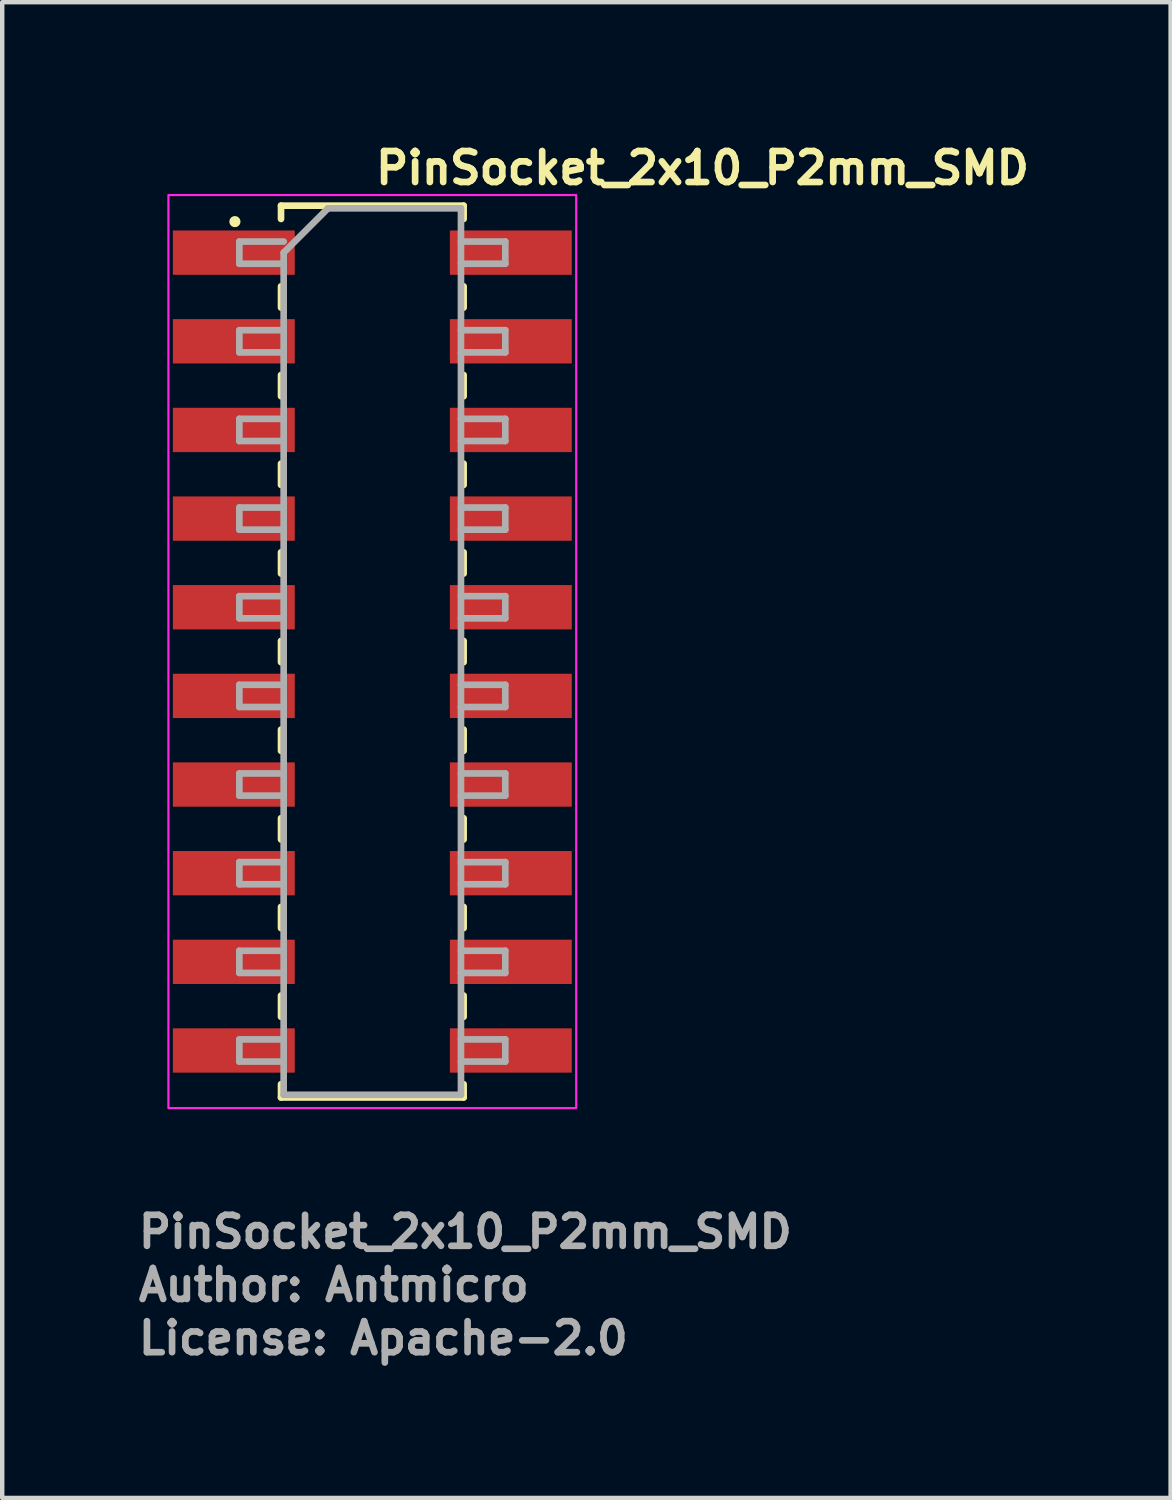
<source format=kicad_pcb>
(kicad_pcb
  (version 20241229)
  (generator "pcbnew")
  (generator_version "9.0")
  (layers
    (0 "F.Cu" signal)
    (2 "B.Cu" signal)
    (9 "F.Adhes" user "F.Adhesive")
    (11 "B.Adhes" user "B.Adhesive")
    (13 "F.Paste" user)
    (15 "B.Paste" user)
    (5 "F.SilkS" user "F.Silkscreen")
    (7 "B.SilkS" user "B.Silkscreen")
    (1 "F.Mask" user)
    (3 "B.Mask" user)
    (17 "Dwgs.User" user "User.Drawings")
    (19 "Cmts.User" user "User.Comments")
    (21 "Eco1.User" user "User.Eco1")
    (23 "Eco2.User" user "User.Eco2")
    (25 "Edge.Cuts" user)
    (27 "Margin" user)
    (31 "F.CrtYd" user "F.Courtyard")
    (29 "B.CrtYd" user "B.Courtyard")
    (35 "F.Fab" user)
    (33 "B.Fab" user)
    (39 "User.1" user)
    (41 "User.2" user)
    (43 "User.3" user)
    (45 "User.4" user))
  (footprint "PinSocket_2x10_P2mm_SMD"
    (layer "F.Cu")
    (at 5.35 11.65)
    (property "Reference" "PinSocket_2x10_P2mm_SMD" (at 0 -10.5 0) (layer "F.SilkS") (effects (font (size 0.7 0.7) (thickness 0.15)) (justify left bottom)))
    (attr smd)
    (fp_line (start -2.06 -10.06) (end -2.06 -9.76) (stroke (width 0.15) (type solid)) (layer "F.SilkS"))
    (fp_line (start -2.06 -8.24) (end -2.06 -7.76) (stroke (width 0.15) (type solid)) (layer "F.SilkS"))
    (fp_line (start -2.06 -6.24) (end -2.06 -5.76) (stroke (width 0.15) (type solid)) (layer "F.SilkS"))
    (fp_line (start -2.06 -4.24) (end -2.06 -3.759) (stroke (width 0.15) (type solid)) (layer "F.SilkS"))
    (fp_line (start -2.06 -2.24) (end -2.06 -1.76) (stroke (width 0.15) (type solid)) (layer "F.SilkS"))
    (fp_line (start -2.06 -0.24) (end -2.06 0.24) (stroke (width 0.15) (type solid)) (layer "F.SilkS"))
    (fp_line (start -2.06 1.76) (end -2.06 2.24) (stroke (width 0.15) (type solid)) (layer "F.SilkS"))
    (fp_line (start -2.06 3.759) (end -2.06 4.24) (stroke (width 0.15) (type solid)) (layer "F.SilkS"))
    (fp_line (start -2.06 5.76) (end -2.06 6.24) (stroke (width 0.15) (type solid)) (layer "F.SilkS"))
    (fp_line (start -2.06 7.76) (end -2.06 8.24) (stroke (width 0.15) (type solid)) (layer "F.SilkS"))
    (fp_line (start -2.06 9.76) (end -2.06 10.06) (stroke (width 0.15) (type solid)) (layer "F.SilkS"))
    (fp_line (start 2.06 -10.06) (end -2.06 -10.06) (stroke (width 0.15) (type solid)) (layer "F.SilkS"))
    (fp_line (start 2.06 -10.06) (end 2.06 -9.76) (stroke (width 0.15) (type solid)) (layer "F.SilkS"))
    (fp_line (start 2.06 -8.24) (end 2.06 -7.76) (stroke (width 0.15) (type solid)) (layer "F.SilkS"))
    (fp_line (start 2.06 -6.24) (end 2.06 -5.76) (stroke (width 0.15) (type solid)) (layer "F.SilkS"))
    (fp_line (start 2.06 -4.24) (end 2.06 -3.759) (stroke (width 0.15) (type solid)) (layer "F.SilkS"))
    (fp_line (start 2.06 -2.24) (end 2.06 -1.76) (stroke (width 0.15) (type solid)) (layer "F.SilkS"))
    (fp_line (start 2.06 -0.24) (end 2.06 0.24) (stroke (width 0.15) (type solid)) (layer "F.SilkS"))
    (fp_line (start 2.06 1.76) (end 2.06 2.24) (stroke (width 0.15) (type solid)) (layer "F.SilkS"))
    (fp_line (start 2.06 3.759) (end 2.06 4.24) (stroke (width 0.15) (type solid)) (layer "F.SilkS"))
    (fp_line (start 2.06 5.76) (end 2.06 6.24) (stroke (width 0.15) (type solid)) (layer "F.SilkS"))
    (fp_line (start 2.06 7.76) (end 2.06 8.24) (stroke (width 0.15) (type solid)) (layer "F.SilkS"))
    (fp_line (start 2.06 9.76) (end 2.06 10.06) (stroke (width 0.15) (type solid)) (layer "F.SilkS"))
    (fp_line (start 2.06 10.06) (end -2.06 10.06) (stroke (width 0.15) (type solid)) (layer "F.SilkS"))
    (fp_circle (center -3.1 -9.7) (end -3.05 -9.7) (stroke (width 0.15) (type solid)) (fill yes) (layer "F.SilkS"))
    (fp_rect (start -4.6 -10.3) (end 4.6 10.3) (stroke (width 0.05) (type solid)) (fill no) (layer "F.CrtYd"))
    (fp_line (start -3 -9.25) (end -3 -8.75) (stroke (width 0.15) (type solid)) (layer "F.Fab"))
    (fp_line (start -3 -8.75) (end -2 -8.75) (stroke (width 0.15) (type solid)) (layer "F.Fab"))
    (fp_line (start -3 -7.25) (end -3 -6.75) (stroke (width 0.15) (type solid)) (layer "F.Fab"))
    (fp_line (start -3 -6.75) (end -2 -6.75) (stroke (width 0.15) (type solid)) (layer "F.Fab"))
    (fp_line (start -3 -5.25) (end -3 -4.75) (stroke (width 0.15) (type solid)) (layer "F.Fab"))
    (fp_line (start -3 -4.75) (end -2 -4.75) (stroke (width 0.15) (type solid)) (layer "F.Fab"))
    (fp_line (start -3 -3.25) (end -3 -2.75) (stroke (width 0.15) (type solid)) (layer "F.Fab"))
    (fp_line (start -3 -2.75) (end -2 -2.75) (stroke (width 0.15) (type solid)) (layer "F.Fab"))
    (fp_line (start -3 -1.25) (end -3 -0.75) (stroke (width 0.15) (type solid)) (layer "F.Fab"))
    (fp_line (start -3 -0.75) (end -2 -0.75) (stroke (width 0.15) (type solid)) (layer "F.Fab"))
    (fp_line (start -3 0.75) (end -3 1.25) (stroke (width 0.15) (type solid)) (layer "F.Fab"))
    (fp_line (start -3 1.25) (end -2 1.25) (stroke (width 0.15) (type solid)) (layer "F.Fab"))
    (fp_line (start -3 2.75) (end -3 3.25) (stroke (width 0.15) (type solid)) (layer "F.Fab"))
    (fp_line (start -3 3.25) (end -2 3.25) (stroke (width 0.15) (type solid)) (layer "F.Fab"))
    (fp_line (start -3 4.75) (end -3 5.25) (stroke (width 0.15) (type solid)) (layer "F.Fab"))
    (fp_line (start -3 5.25) (end -2 5.25) (stroke (width 0.15) (type solid)) (layer "F.Fab"))
    (fp_line (start -3 6.75) (end -3 7.25) (stroke (width 0.15) (type solid)) (layer "F.Fab"))
    (fp_line (start -3 7.25) (end -2 7.25) (stroke (width 0.15) (type solid)) (layer "F.Fab"))
    (fp_line (start -3 8.75) (end -3 9.25) (stroke (width 0.15) (type solid)) (layer "F.Fab"))
    (fp_line (start -3 9.25) (end -2 9.25) (stroke (width 0.15) (type solid)) (layer "F.Fab"))
    (fp_line (start -2 -9.25) (end -3 -9.25) (stroke (width 0.15) (type solid)) (layer "F.Fab"))
    (fp_line (start -2 -9) (end -2 10) (stroke (width 0.15) (type solid)) (layer "F.Fab"))
    (fp_line (start -2 -7.25) (end -3 -7.25) (stroke (width 0.15) (type solid)) (layer "F.Fab"))
    (fp_line (start -2 -5.25) (end -3 -5.25) (stroke (width 0.15) (type solid)) (layer "F.Fab"))
    (fp_line (start -2 -3.25) (end -3 -3.25) (stroke (width 0.15) (type solid)) (layer "F.Fab"))
    (fp_line (start -2 -1.25) (end -3 -1.25) (stroke (width 0.15) (type solid)) (layer "F.Fab"))
    (fp_line (start -2 0.75) (end -3 0.75) (stroke (width 0.15) (type solid)) (layer "F.Fab"))
    (fp_line (start -2 2.75) (end -3 2.75) (stroke (width 0.15) (type solid)) (layer "F.Fab"))
    (fp_line (start -2 4.75) (end -3 4.75) (stroke (width 0.15) (type solid)) (layer "F.Fab"))
    (fp_line (start -2 6.75) (end -3 6.75) (stroke (width 0.15) (type solid)) (layer "F.Fab"))
    (fp_line (start -2 8.75) (end -3 8.75) (stroke (width 0.15) (type solid)) (layer "F.Fab"))
    (fp_line (start -2 10) (end 2 10) (stroke (width 0.15) (type solid)) (layer "F.Fab"))
    (fp_line (start -1 -10) (end -2 -9) (stroke (width 0.15) (type solid)) (layer "F.Fab"))
    (fp_line (start 2 -10) (end -1 -10) (stroke (width 0.15) (type solid)) (layer "F.Fab"))
    (fp_line (start 2 -8.75) (end 3 -8.75) (stroke (width 0.15) (type solid)) (layer "F.Fab"))
    (fp_line (start 2 -6.75) (end 3 -6.75) (stroke (width 0.15) (type solid)) (layer "F.Fab"))
    (fp_line (start 2 -4.75) (end 3 -4.75) (stroke (width 0.15) (type solid)) (layer "F.Fab"))
    (fp_line (start 2 -2.75) (end 3 -2.75) (stroke (width 0.15) (type solid)) (layer "F.Fab"))
    (fp_line (start 2 -0.75) (end 3 -0.75) (stroke (width 0.15) (type solid)) (layer "F.Fab"))
    (fp_line (start 2 1.25) (end 3 1.25) (stroke (width 0.15) (type solid)) (layer "F.Fab"))
    (fp_line (start 2 3.25) (end 3 3.25) (stroke (width 0.15) (type solid)) (layer "F.Fab"))
    (fp_line (start 2 5.25) (end 3 5.25) (stroke (width 0.15) (type solid)) (layer "F.Fab"))
    (fp_line (start 2 7.25) (end 3 7.25) (stroke (width 0.15) (type solid)) (layer "F.Fab"))
    (fp_line (start 2 9.25) (end 3 9.25) (stroke (width 0.15) (type solid)) (layer "F.Fab"))
    (fp_line (start 2 10) (end 2 -10) (stroke (width 0.15) (type solid)) (layer "F.Fab"))
    (fp_line (start 3 -9.25) (end 2 -9.25) (stroke (width 0.15) (type solid)) (layer "F.Fab"))
    (fp_line (start 3 -8.75) (end 3 -9.25) (stroke (width 0.15) (type solid)) (layer "F.Fab"))
    (fp_line (start 3 -7.25) (end 2 -7.25) (stroke (width 0.15) (type solid)) (layer "F.Fab"))
    (fp_line (start 3 -6.75) (end 3 -7.25) (stroke (width 0.15) (type solid)) (layer "F.Fab"))
    (fp_line (start 3 -5.25) (end 2 -5.25) (stroke (width 0.15) (type solid)) (layer "F.Fab"))
    (fp_line (start 3 -4.75) (end 3 -5.25) (stroke (width 0.15) (type solid)) (layer "F.Fab"))
    (fp_line (start 3 -3.25) (end 2 -3.25) (stroke (width 0.15) (type solid)) (layer "F.Fab"))
    (fp_line (start 3 -2.75) (end 3 -3.25) (stroke (width 0.15) (type solid)) (layer "F.Fab"))
    (fp_line (start 3 -1.25) (end 2 -1.25) (stroke (width 0.15) (type solid)) (layer "F.Fab"))
    (fp_line (start 3 -0.75) (end 3 -1.25) (stroke (width 0.15) (type solid)) (layer "F.Fab"))
    (fp_line (start 3 0.75) (end 2 0.75) (stroke (width 0.15) (type solid)) (layer "F.Fab"))
    (fp_line (start 3 1.25) (end 3 0.75) (stroke (width 0.15) (type solid)) (layer "F.Fab"))
    (fp_line (start 3 2.75) (end 2 2.75) (stroke (width 0.15) (type solid)) (layer "F.Fab"))
    (fp_line (start 3 3.25) (end 3 2.75) (stroke (width 0.15) (type solid)) (layer "F.Fab"))
    (fp_line (start 3 4.75) (end 2 4.75) (stroke (width 0.15) (type solid)) (layer "F.Fab"))
    (fp_line (start 3 5.25) (end 3 4.75) (stroke (width 0.15) (type solid)) (layer "F.Fab"))
    (fp_line (start 3 6.75) (end 2 6.75) (stroke (width 0.15) (type solid)) (layer "F.Fab"))
    (fp_line (start 3 7.25) (end 3 6.75) (stroke (width 0.15) (type solid)) (layer "F.Fab"))
    (fp_line (start 3 8.75) (end 2 8.75) (stroke (width 0.15) (type solid)) (layer "F.Fab"))
    (fp_line (start 3 9.25) (end 3 8.75) (stroke (width 0.15) (type solid)) (layer "F.Fab"))
    (fp_rect (start -3.049 -10) (end 3.049 10) (stroke (width 0.1) (type solid)) (fill no) (layer "User.5"))
    (fp_line (start -3.049 -9.025) (end -3.046 -9.051) (stroke (width 0.02) (type solid)) (layer "User.9"))
    (fp_line (start -3.049 -9) (end -3.049 -9.025) (stroke (width 0.02) (type solid)) (layer "User.9"))
    (fp_line (start -3.049 -8.974) (end -3.049 -9) (stroke (width 0.02) (type solid)) (layer "User.9"))
    (fp_line (start -3.049 -7.025) (end -3.046 -7.051) (stroke (width 0.02) (type solid)) (layer "User.9"))
    (fp_line (start -3.049 -7) (end -3.049 -7.025) (stroke (width 0.02) (type solid)) (layer "User.9"))
    (fp_line (start -3.049 -6.974) (end -3.049 -7) (stroke (width 0.02) (type solid)) (layer "User.9"))
    (fp_line (start -3.049 -5.025) (end -3.046 -5.051) (stroke (width 0.02) (type solid)) (layer "User.9"))
    (fp_line (start -3.049 -5) (end -3.049 -5.025) (stroke (width 0.02) (type solid)) (layer "User.9"))
    (fp_line (start -3.049 -4.974) (end -3.049 -5) (stroke (width 0.02) (type solid)) (layer "User.9"))
    (fp_line (start -3.049 -3.025) (end -3.046 -3.051) (stroke (width 0.02) (type solid)) (layer "User.9"))
    (fp_line (start -3.049 -3) (end -3.049 -3.025) (stroke (width 0.02) (type solid)) (layer "User.9"))
    (fp_line (start -3.049 -2.974) (end -3.049 -3) (stroke (width 0.02) (type solid)) (layer "User.9"))
    (fp_line (start -3.049 -1.025) (end -3.046 -1.051) (stroke (width 0.02) (type solid)) (layer "User.9"))
    (fp_line (start -3.049 -1) (end -3.049 -1.025) (stroke (width 0.02) (type solid)) (layer "User.9"))
    (fp_line (start -3.049 -0.974) (end -3.049 -1) (stroke (width 0.02) (type solid)) (layer "User.9"))
    (fp_line (start -3.049 0.974) (end -3.046 0.948) (stroke (width 0.02) (type solid)) (layer "User.9"))
    (fp_line (start -3.049 1) (end -3.049 0.974) (stroke (width 0.02) (type solid)) (layer "User.9"))
    (fp_line (start -3.049 1.025) (end -3.049 1) (stroke (width 0.02) (type solid)) (layer "User.9"))
    (fp_line (start -3.049 2.974) (end -3.046 2.948) (stroke (width 0.02) (type solid)) (layer "User.9"))
    (fp_line (start -3.049 3) (end -3.049 2.974) (stroke (width 0.02) (type solid)) (layer "User.9"))
    (fp_line (start -3.049 3.025) (end -3.049 3) (stroke (width 0.02) (type solid)) (layer "User.9"))
    (fp_line (start -3.049 4.974) (end -3.046 4.948) (stroke (width 0.02) (type solid)) (layer "User.9"))
    (fp_line (start -3.049 5) (end -3.049 4.974) (stroke (width 0.02) (type solid)) (layer "User.9"))
    (fp_line (start -3.049 5.025) (end -3.049 5) (stroke (width 0.02) (type solid)) (layer "User.9"))
    (fp_line (start -3.049 6.974) (end -3.046 6.948) (stroke (width 0.02) (type solid)) (layer "User.9"))
    (fp_line (start -3.049 7) (end -3.049 6.974) (stroke (width 0.02) (type solid)) (layer "User.9"))
    (fp_line (start -3.049 7.025) (end -3.049 7) (stroke (width 0.02) (type solid)) (layer "User.9"))
    (fp_line (start -3.049 8.974) (end -3.046 8.948) (stroke (width 0.02) (type solid)) (layer "User.9"))
    (fp_line (start -3.049 9) (end -3.049 8.974) (stroke (width 0.02) (type solid)) (layer "User.9"))
    (fp_line (start -3.049 9.025) (end -3.049 9) (stroke (width 0.02) (type solid)) (layer "User.9"))
    (fp_line (start -3.046 -9.051) (end -3.042 -9.077) (stroke (width 0.02) (type solid)) (layer "User.9"))
    (fp_line (start -3.046 -8.948) (end -3.049 -8.974) (stroke (width 0.02) (type solid)) (layer "User.9"))
    (fp_line (start -3.046 -7.051) (end -3.042 -7.077) (stroke (width 0.02) (type solid)) (layer "User.9"))
    (fp_line (start -3.046 -6.948) (end -3.049 -6.974) (stroke (width 0.02) (type solid)) (layer "User.9"))
    (fp_line (start -3.046 -5.051) (end -3.042 -5.077) (stroke (width 0.02) (type solid)) (layer "User.9"))
    (fp_line (start -3.046 -4.948) (end -3.049 -4.974) (stroke (width 0.02) (type solid)) (layer "User.9"))
    (fp_line (start -3.046 -3.051) (end -3.042 -3.077) (stroke (width 0.02) (type solid)) (layer "User.9"))
    (fp_line (start -3.046 -2.948) (end -3.049 -2.974) (stroke (width 0.02) (type solid)) (layer "User.9"))
    (fp_line (start -3.046 -1.051) (end -3.042 -1.077) (stroke (width 0.02) (type solid)) (layer "User.9"))
    (fp_line (start -3.046 -0.948) (end -3.049 -0.974) (stroke (width 0.02) (type solid)) (layer "User.9"))
    (fp_line (start -3.046 0.948) (end -3.042 0.922) (stroke (width 0.02) (type solid)) (layer "User.9"))
    (fp_line (start -3.046 1.051) (end -3.049 1.025) (stroke (width 0.02) (type solid)) (layer "User.9"))
    (fp_line (start -3.046 2.948) (end -3.042 2.922) (stroke (width 0.02) (type solid)) (layer "User.9"))
    (fp_line (start -3.046 3.051) (end -3.049 3.025) (stroke (width 0.02) (type solid)) (layer "User.9"))
    (fp_line (start -3.046 4.948) (end -3.042 4.922) (stroke (width 0.02) (type solid)) (layer "User.9"))
    (fp_line (start -3.046 5.051) (end -3.049 5.025) (stroke (width 0.02) (type solid)) (layer "User.9"))
    (fp_line (start -3.046 6.948) (end -3.042 6.922) (stroke (width 0.02) (type solid)) (layer "User.9"))
    (fp_line (start -3.046 7.051) (end -3.049 7.025) (stroke (width 0.02) (type solid)) (layer "User.9"))
    (fp_line (start -3.046 8.948) (end -3.042 8.922) (stroke (width 0.02) (type solid)) (layer "User.9"))
    (fp_line (start -3.046 9.051) (end -3.049 9.025) (stroke (width 0.02) (type solid)) (layer "User.9"))
    (fp_line (start -3.042 -9.077) (end -3.037 -9.102) (stroke (width 0.02) (type solid)) (layer "User.9"))
    (fp_line (start -3.042 -8.922) (end -3.046 -8.948) (stroke (width 0.02) (type solid)) (layer "User.9"))
    (fp_line (start -3.042 -7.077) (end -3.037 -7.102) (stroke (width 0.02) (type solid)) (layer "User.9"))
    (fp_line (start -3.042 -6.922) (end -3.046 -6.948) (stroke (width 0.02) (type solid)) (layer "User.9"))
    (fp_line (start -3.042 -5.077) (end -3.037 -5.102) (stroke (width 0.02) (type solid)) (layer "User.9"))
    (fp_line (start -3.042 -4.922) (end -3.046 -4.948) (stroke (width 0.02) (type solid)) (layer "User.9"))
    (fp_line (start -3.042 -3.077) (end -3.037 -3.102) (stroke (width 0.02) (type solid)) (layer "User.9"))
    (fp_line (start -3.042 -2.922) (end -3.046 -2.948) (stroke (width 0.02) (type solid)) (layer "User.9"))
    (fp_line (start -3.042 -1.077) (end -3.037 -1.102) (stroke (width 0.02) (type solid)) (layer "User.9"))
    (fp_line (start -3.042 -0.922) (end -3.046 -0.948) (stroke (width 0.02) (type solid)) (layer "User.9"))
    (fp_line (start -3.042 0.922) (end -3.037 0.897) (stroke (width 0.02) (type solid)) (layer "User.9"))
    (fp_line (start -3.042 1.077) (end -3.046 1.051) (stroke (width 0.02) (type solid)) (layer "User.9"))
    (fp_line (start -3.042 2.922) (end -3.037 2.897) (stroke (width 0.02) (type solid)) (layer "User.9"))
    (fp_line (start -3.042 3.077) (end -3.046 3.051) (stroke (width 0.02) (type solid)) (layer "User.9"))
    (fp_line (start -3.042 4.922) (end -3.037 4.897) (stroke (width 0.02) (type solid)) (layer "User.9"))
    (fp_line (start -3.042 5.077) (end -3.046 5.051) (stroke (width 0.02) (type solid)) (layer "User.9"))
    (fp_line (start -3.042 6.922) (end -3.037 6.897) (stroke (width 0.02) (type solid)) (layer "User.9"))
    (fp_line (start -3.042 7.077) (end -3.046 7.051) (stroke (width 0.02) (type solid)) (layer "User.9"))
    (fp_line (start -3.042 8.922) (end -3.037 8.897) (stroke (width 0.02) (type solid)) (layer "User.9"))
    (fp_line (start -3.042 9.077) (end -3.046 9.051) (stroke (width 0.02) (type solid)) (layer "User.9"))
    (fp_line (start -3.037 -9.102) (end -3.03 -9.127) (stroke (width 0.02) (type solid)) (layer "User.9"))
    (fp_line (start -3.037 -8.897) (end -3.042 -8.922) (stroke (width 0.02) (type solid)) (layer "User.9"))
    (fp_line (start -3.037 -7.102) (end -3.03 -7.127) (stroke (width 0.02) (type solid)) (layer "User.9"))
    (fp_line (start -3.037 -6.897) (end -3.042 -6.922) (stroke (width 0.02) (type solid)) (layer "User.9"))
    (fp_line (start -3.037 -5.102) (end -3.03 -5.127) (stroke (width 0.02) (type solid)) (layer "User.9"))
    (fp_line (start -3.037 -4.897) (end -3.042 -4.922) (stroke (width 0.02) (type solid)) (layer "User.9"))
    (fp_line (start -3.037 -3.102) (end -3.03 -3.127) (stroke (width 0.02) (type solid)) (layer "User.9"))
    (fp_line (start -3.037 -2.897) (end -3.042 -2.922) (stroke (width 0.02) (type solid)) (layer "User.9"))
    (fp_line (start -3.037 -1.102) (end -3.03 -1.127) (stroke (width 0.02) (type solid)) (layer "User.9"))
    (fp_line (start -3.037 -0.897) (end -3.042 -0.922) (stroke (width 0.02) (type solid)) (layer "User.9"))
    (fp_line (start -3.037 0.897) (end -3.03 0.872) (stroke (width 0.02) (type solid)) (layer "User.9"))
    (fp_line (start -3.037 1.102) (end -3.042 1.077) (stroke (width 0.02) (type solid)) (layer "User.9"))
    (fp_line (start -3.037 2.897) (end -3.03 2.872) (stroke (width 0.02) (type solid)) (layer "User.9"))
    (fp_line (start -3.037 3.102) (end -3.042 3.077) (stroke (width 0.02) (type solid)) (layer "User.9"))
    (fp_line (start -3.037 4.897) (end -3.03 4.872) (stroke (width 0.02) (type solid)) (layer "User.9"))
    (fp_line (start -3.037 5.102) (end -3.042 5.077) (stroke (width 0.02) (type solid)) (layer "User.9"))
    (fp_line (start -3.037 6.897) (end -3.03 6.872) (stroke (width 0.02) (type solid)) (layer "User.9"))
    (fp_line (start -3.037 7.102) (end -3.042 7.077) (stroke (width 0.02) (type solid)) (layer "User.9"))
    (fp_line (start -3.037 8.897) (end -3.03 8.872) (stroke (width 0.02) (type solid)) (layer "User.9"))
    (fp_line (start -3.037 9.102) (end -3.042 9.077) (stroke (width 0.02) (type solid)) (layer "User.9"))
    (fp_line (start -3.03 -9.127) (end -3.021 -9.152) (stroke (width 0.02) (type solid)) (layer "User.9"))
    (fp_line (start -3.03 -8.872) (end -3.037 -8.897) (stroke (width 0.02) (type solid)) (layer "User.9"))
    (fp_line (start -3.03 -7.127) (end -3.021 -7.152) (stroke (width 0.02) (type solid)) (layer "User.9"))
    (fp_line (start -3.03 -6.872) (end -3.037 -6.897) (stroke (width 0.02) (type solid)) (layer "User.9"))
    (fp_line (start -3.03 -5.127) (end -3.021 -5.152) (stroke (width 0.02) (type solid)) (layer "User.9"))
    (fp_line (start -3.03 -4.872) (end -3.037 -4.897) (stroke (width 0.02) (type solid)) (layer "User.9"))
    (fp_line (start -3.03 -3.127) (end -3.021 -3.152) (stroke (width 0.02) (type solid)) (layer "User.9"))
    (fp_line (start -3.03 -2.872) (end -3.037 -2.897) (stroke (width 0.02) (type solid)) (layer "User.9"))
    (fp_line (start -3.03 -1.127) (end -3.021 -1.152) (stroke (width 0.02) (type solid)) (layer "User.9"))
    (fp_line (start -3.03 -0.872) (end -3.037 -0.897) (stroke (width 0.02) (type solid)) (layer "User.9"))
    (fp_line (start -3.03 0.872) (end -3.021 0.847) (stroke (width 0.02) (type solid)) (layer "User.9"))
    (fp_line (start -3.03 1.127) (end -3.037 1.102) (stroke (width 0.02) (type solid)) (layer "User.9"))
    (fp_line (start -3.03 2.872) (end -3.021 2.847) (stroke (width 0.02) (type solid)) (layer "User.9"))
    (fp_line (start -3.03 3.127) (end -3.037 3.102) (stroke (width 0.02) (type solid)) (layer "User.9"))
    (fp_line (start -3.03 4.872) (end -3.021 4.847) (stroke (width 0.02) (type solid)) (layer "User.9"))
    (fp_line (start -3.03 5.127) (end -3.037 5.102) (stroke (width 0.02) (type solid)) (layer "User.9"))
    (fp_line (start -3.03 6.872) (end -3.021 6.847) (stroke (width 0.02) (type solid)) (layer "User.9"))
    (fp_line (start -3.03 7.127) (end -3.037 7.102) (stroke (width 0.02) (type solid)) (layer "User.9"))
    (fp_line (start -3.03 8.872) (end -3.021 8.847) (stroke (width 0.02) (type solid)) (layer "User.9"))
    (fp_line (start -3.03 9.127) (end -3.037 9.102) (stroke (width 0.02) (type solid)) (layer "User.9"))
    (fp_line (start -3.021 -9.152) (end -3.011 -9.176) (stroke (width 0.02) (type solid)) (layer "User.9"))
    (fp_line (start -3.021 -8.847) (end -3.03 -8.872) (stroke (width 0.02) (type solid)) (layer "User.9"))
    (fp_line (start -3.021 -7.152) (end -3.011 -7.176) (stroke (width 0.02) (type solid)) (layer "User.9"))
    (fp_line (start -3.021 -6.847) (end -3.03 -6.872) (stroke (width 0.02) (type solid)) (layer "User.9"))
    (fp_line (start -3.021 -5.152) (end -3.011 -5.176) (stroke (width 0.02) (type solid)) (layer "User.9"))
    (fp_line (start -3.021 -4.847) (end -3.03 -4.872) (stroke (width 0.02) (type solid)) (layer "User.9"))
    (fp_line (start -3.021 -3.152) (end -3.011 -3.176) (stroke (width 0.02) (type solid)) (layer "User.9"))
    (fp_line (start -3.021 -2.847) (end -3.03 -2.872) (stroke (width 0.02) (type solid)) (layer "User.9"))
    (fp_line (start -3.021 -1.152) (end -3.011 -1.176) (stroke (width 0.02) (type solid)) (layer "User.9"))
    (fp_line (start -3.021 -0.847) (end -3.03 -0.872) (stroke (width 0.02) (type solid)) (layer "User.9"))
    (fp_line (start -3.021 0.847) (end -3.011 0.823) (stroke (width 0.02) (type solid)) (layer "User.9"))
    (fp_line (start -3.021 1.152) (end -3.03 1.127) (stroke (width 0.02) (type solid)) (layer "User.9"))
    (fp_line (start -3.021 2.847) (end -3.011 2.823) (stroke (width 0.02) (type solid)) (layer "User.9"))
    (fp_line (start -3.021 3.152) (end -3.03 3.127) (stroke (width 0.02) (type solid)) (layer "User.9"))
    (fp_line (start -3.021 4.847) (end -3.011 4.823) (stroke (width 0.02) (type solid)) (layer "User.9"))
    (fp_line (start -3.021 5.152) (end -3.03 5.127) (stroke (width 0.02) (type solid)) (layer "User.9"))
    (fp_line (start -3.021 6.847) (end -3.011 6.823) (stroke (width 0.02) (type solid)) (layer "User.9"))
    (fp_line (start -3.021 7.152) (end -3.03 7.127) (stroke (width 0.02) (type solid)) (layer "User.9"))
    (fp_line (start -3.021 8.847) (end -3.011 8.823) (stroke (width 0.02) (type solid)) (layer "User.9"))
    (fp_line (start -3.021 9.152) (end -3.03 9.127) (stroke (width 0.02) (type solid)) (layer "User.9"))
    (fp_line (start -3.011 -9.176) (end -3 -9.2) (stroke (width 0.02) (type solid)) (layer "User.9"))
    (fp_line (start -3.011 -8.823) (end -3.021 -8.847) (stroke (width 0.02) (type solid)) (layer "User.9"))
    (fp_line (start -3.011 -7.176) (end -3 -7.2) (stroke (width 0.02) (type solid)) (layer "User.9"))
    (fp_line (start -3.011 -6.823) (end -3.021 -6.847) (stroke (width 0.02) (type solid)) (layer "User.9"))
    (fp_line (start -3.011 -5.176) (end -3 -5.2) (stroke (width 0.02) (type solid)) (layer "User.9"))
    (fp_line (start -3.011 -4.823) (end -3.021 -4.847) (stroke (width 0.02) (type solid)) (layer "User.9"))
    (fp_line (start -3.011 -3.176) (end -3 -3.2) (stroke (width 0.02) (type solid)) (layer "User.9"))
    (fp_line (start -3.011 -2.823) (end -3.021 -2.847) (stroke (width 0.02) (type solid)) (layer "User.9"))
    (fp_line (start -3.011 -1.176) (end -3 -1.2) (stroke (width 0.02) (type solid)) (layer "User.9"))
    (fp_line (start -3.011 -0.823) (end -3.021 -0.847) (stroke (width 0.02) (type solid)) (layer "User.9"))
    (fp_line (start -3.011 0.823) (end -3 0.8) (stroke (width 0.02) (type solid)) (layer "User.9"))
    (fp_line (start -3.011 1.176) (end -3.021 1.152) (stroke (width 0.02) (type solid)) (layer "User.9"))
    (fp_line (start -3.011 2.823) (end -3 2.799) (stroke (width 0.02) (type solid)) (layer "User.9"))
    (fp_line (start -3.011 3.176) (end -3.021 3.152) (stroke (width 0.02) (type solid)) (layer "User.9"))
    (fp_line (start -3.011 4.823) (end -3 4.8) (stroke (width 0.02) (type solid)) (layer "User.9"))
    (fp_line (start -3.011 5.176) (end -3.021 5.152) (stroke (width 0.02) (type solid)) (layer "User.9"))
    (fp_line (start -3.011 6.823) (end -3 6.8) (stroke (width 0.02) (type solid)) (layer "User.9"))
    (fp_line (start -3.011 7.176) (end -3.021 7.152) (stroke (width 0.02) (type solid)) (layer "User.9"))
    (fp_line (start -3.011 8.823) (end -3 8.8) (stroke (width 0.02) (type solid)) (layer "User.9"))
    (fp_line (start -3.011 9.176) (end -3.021 9.152) (stroke (width 0.02) (type solid)) (layer "User.9"))
    (fp_line (start -3 -9.2) (end -2 -9.227) (stroke (width 0.02) (type solid)) (layer "User.9"))
    (fp_line (start -3 -8.8) (end -3.011 -8.823) (stroke (width 0.02) (type solid)) (layer "User.9"))
    (fp_line (start -3 -7.2) (end -2 -7.227) (stroke (width 0.02) (type solid)) (layer "User.9"))
    (fp_line (start -3 -6.8) (end -3.011 -6.823) (stroke (width 0.02) (type solid)) (layer "User.9"))
    (fp_line (start -3 -5.2) (end -2 -5.227) (stroke (width 0.02) (type solid)) (layer "User.9"))
    (fp_line (start -3 -4.8) (end -3.011 -4.823) (stroke (width 0.02) (type solid)) (layer "User.9"))
    (fp_line (start -3 -3.2) (end -2 -3.227) (stroke (width 0.02) (type solid)) (layer "User.9"))
    (fp_line (start -3 -2.799) (end -3.011 -2.823) (stroke (width 0.02) (type solid)) (layer "User.9"))
    (fp_line (start -3 -1.2) (end -2 -1.227) (stroke (width 0.02) (type solid)) (layer "User.9"))
    (fp_line (start -3 -0.8) (end -3.011 -0.823) (stroke (width 0.02) (type solid)) (layer "User.9"))
    (fp_line (start -3 0.8) (end -2 0.772) (stroke (width 0.02) (type solid)) (layer "User.9"))
    (fp_line (start -3 1.2) (end -3.011 1.176) (stroke (width 0.02) (type solid)) (layer "User.9"))
    (fp_line (start -3 2.799) (end -2 2.772) (stroke (width 0.02) (type solid)) (layer "User.9"))
    (fp_line (start -3 3.2) (end -3.011 3.176) (stroke (width 0.02) (type solid)) (layer "User.9"))
    (fp_line (start -3 4.8) (end -2 4.772) (stroke (width 0.02) (type solid)) (layer "User.9"))
    (fp_line (start -3 5.2) (end -3.011 5.176) (stroke (width 0.02) (type solid)) (layer "User.9"))
    (fp_line (start -3 6.8) (end -2 6.772) (stroke (width 0.02) (type solid)) (layer "User.9"))
    (fp_line (start -3 7.2) (end -3.011 7.176) (stroke (width 0.02) (type solid)) (layer "User.9"))
    (fp_line (start -3 8.8) (end -2 8.772) (stroke (width 0.02) (type solid)) (layer "User.9"))
    (fp_line (start -3 9.2) (end -3.011 9.176) (stroke (width 0.02) (type solid)) (layer "User.9"))
    (fp_line (start -2 -10) (end -2 10) (stroke (width 0.02) (type solid)) (layer "User.9"))
    (fp_line (start -2 -8.772) (end -3 -8.8) (stroke (width 0.02) (type solid)) (layer "User.9"))
    (fp_line (start -2 -6.772) (end -3 -6.8) (stroke (width 0.02) (type solid)) (layer "User.9"))
    (fp_line (start -2 -4.772) (end -3 -4.8) (stroke (width 0.02) (type solid)) (layer "User.9"))
    (fp_line (start -2 -2.772) (end -3 -2.799) (stroke (width 0.02) (type solid)) (layer "User.9"))
    (fp_line (start -2 -0.772) (end -3 -0.8) (stroke (width 0.02) (type solid)) (layer "User.9"))
    (fp_line (start -2 1.227) (end -3 1.2) (stroke (width 0.02) (type solid)) (layer "User.9"))
    (fp_line (start -2 3.227) (end -3 3.2) (stroke (width 0.02) (type solid)) (layer "User.9"))
    (fp_line (start -2 5.227) (end -3 5.2) (stroke (width 0.02) (type solid)) (layer "User.9"))
    (fp_line (start -2 7.227) (end -3 7.2) (stroke (width 0.02) (type solid)) (layer "User.9"))
    (fp_line (start -2 9.227) (end -3 9.2) (stroke (width 0.02) (type solid)) (layer "User.9"))
    (fp_line (start -2 10) (end 2 10) (stroke (width 0.02) (type solid)) (layer "User.9"))
    (fp_line (start -1.5 -9.5) (end -1.5 -8.5) (stroke (width 0.02) (type solid)) (layer "User.9"))
    (fp_line (start -1.5 -9.5) (end -1.25 -9.251) (stroke (width 0.02) (type solid)) (layer "User.9"))
    (fp_line (start -1.5 -8.5) (end -1.25 -8.749) (stroke (width 0.02) (type solid)) (layer "User.9"))
    (fp_line (start -1.5 -8.5) (end -0.5 -8.5) (stroke (width 0.02) (type solid)) (layer "User.9"))
    (fp_line (start -1.5 -7.5) (end -1.5 -6.5) (stroke (width 0.02) (type solid)) (layer "User.9"))
    (fp_line (start -1.5 -7.5) (end -1.25 -7.251) (stroke (width 0.02) (type solid)) (layer "User.9"))
    (fp_line (start -1.5 -6.5) (end -1.25 -6.748) (stroke (width 0.02) (type solid)) (layer "User.9"))
    (fp_line (start -1.5 -6.5) (end -0.5 -6.5) (stroke (width 0.02) (type solid)) (layer "User.9"))
    (fp_line (start -1.5 -5.5) (end -1.5 -4.5) (stroke (width 0.02) (type solid)) (layer "User.9"))
    (fp_line (start -1.5 -5.5) (end -1.25 -5.251) (stroke (width 0.02) (type solid)) (layer "User.9"))
    (fp_line (start -1.5 -4.5) (end -1.25 -4.749) (stroke (width 0.02) (type solid)) (layer "User.9"))
    (fp_line (start -1.5 -4.5) (end -0.5 -4.5) (stroke (width 0.02) (type solid)) (layer "User.9"))
    (fp_line (start -1.5 -3.5) (end -1.5 -2.5) (stroke (width 0.02) (type solid)) (layer "User.9"))
    (fp_line (start -1.5 -3.5) (end -1.25 -3.251) (stroke (width 0.02) (type solid)) (layer "User.9"))
    (fp_line (start -1.5 -2.5) (end -1.25 -2.749) (stroke (width 0.02) (type solid)) (layer "User.9"))
    (fp_line (start -1.5 -2.5) (end -0.5 -2.5) (stroke (width 0.02) (type solid)) (layer "User.9"))
    (fp_line (start -1.5 -1.5) (end -1.5 -0.5) (stroke (width 0.02) (type solid)) (layer "User.9"))
    (fp_line (start -1.5 -1.5) (end -1.25 -1.25) (stroke (width 0.02) (type solid)) (layer "User.9"))
    (fp_line (start -1.5 -0.5) (end -1.25 -0.749) (stroke (width 0.02) (type solid)) (layer "User.9"))
    (fp_line (start -1.5 -0.5) (end -0.5 -0.5) (stroke (width 0.02) (type solid)) (layer "User.9"))
    (fp_line (start -1.5 0.5) (end -1.5 1.5) (stroke (width 0.02) (type solid)) (layer "User.9"))
    (fp_line (start -1.5 0.5) (end -1.25 0.749) (stroke (width 0.02) (type solid)) (layer "User.9"))
    (fp_line (start -1.5 1.5) (end -1.25 1.25) (stroke (width 0.02) (type solid)) (layer "User.9"))
    (fp_line (start -1.5 1.5) (end -0.5 1.5) (stroke (width 0.02) (type solid)) (layer "User.9"))
    (fp_line (start -1.5 2.5) (end -1.5 3.5) (stroke (width 0.02) (type solid)) (layer "User.9"))
    (fp_line (start -1.5 2.5) (end -1.25 2.749) (stroke (width 0.02) (type solid)) (layer "User.9"))
    (fp_line (start -1.5 3.5) (end -1.25 3.251) (stroke (width 0.02) (type solid)) (layer "User.9"))
    (fp_line (start -1.5 3.5) (end -0.5 3.5) (stroke (width 0.02) (type solid)) (layer "User.9"))
    (fp_line (start -1.5 4.5) (end -1.5 5.5) (stroke (width 0.02) (type solid)) (layer "User.9"))
    (fp_line (start -1.5 4.5) (end -1.25 4.749) (stroke (width 0.02) (type solid)) (layer "User.9"))
    (fp_line (start -1.5 5.5) (end -1.25 5.251) (stroke (width 0.02) (type solid)) (layer "User.9"))
    (fp_line (start -1.5 5.5) (end -0.5 5.5) (stroke (width 0.02) (type solid)) (layer "User.9"))
    (fp_line (start -1.5 6.5) (end -1.5 7.5) (stroke (width 0.02) (type solid)) (layer "User.9"))
    (fp_line (start -1.5 6.5) (end -1.25 6.748) (stroke (width 0.02) (type solid)) (layer "User.9"))
    (fp_line (start -1.5 7.5) (end -1.25 7.251) (stroke (width 0.02) (type solid)) (layer "User.9"))
    (fp_line (start -1.5 7.5) (end -0.5 7.5) (stroke (width 0.02) (type solid)) (layer "User.9"))
    (fp_line (start -1.5 8.5) (end -1.5 9.5) (stroke (width 0.02) (type solid)) (layer "User.9"))
    (fp_line (start -1.5 8.5) (end -1.25 8.749) (stroke (width 0.02) (type solid)) (layer "User.9"))
    (fp_line (start -1.5 9.5) (end -1.25 9.251) (stroke (width 0.02) (type solid)) (layer "User.9"))
    (fp_line (start -1.5 9.5) (end -0.5 9.5) (stroke (width 0.02) (type solid)) (layer "User.9"))
    (fp_line (start -1.25 -9.251) (end -1.25 -8.749) (stroke (width 0.02) (type solid)) (layer "User.9"))
    (fp_line (start -1.25 -9.25) (end -1.25 -8.75) (stroke (width 0.02) (type solid)) (layer "User.9"))
    (fp_line (start -1.25 -8.75) (end -0.75 -8.75) (stroke (width 0.02) (type solid)) (layer "User.9"))
    (fp_line (start -1.25 -8.749) (end -0.749 -8.749) (stroke (width 0.02) (type solid)) (layer "User.9"))
    (fp_line (start -1.25 -7.251) (end -1.25 -6.748) (stroke (width 0.02) (type solid)) (layer "User.9"))
    (fp_line (start -1.25 -7.25) (end -1.25 -6.75) (stroke (width 0.02) (type solid)) (layer "User.9"))
    (fp_line (start -1.25 -6.75) (end -0.75 -6.75) (stroke (width 0.02) (type solid)) (layer "User.9"))
    (fp_line (start -1.25 -6.748) (end -0.749 -6.748) (stroke (width 0.02) (type solid)) (layer "User.9"))
    (fp_line (start -1.25 -5.251) (end -1.25 -4.749) (stroke (width 0.02) (type solid)) (layer "User.9"))
    (fp_line (start -1.25 -5.25) (end -1.25 -4.75) (stroke (width 0.02) (type solid)) (layer "User.9"))
    (fp_line (start -1.25 -4.75) (end -0.75 -4.75) (stroke (width 0.02) (type solid)) (layer "User.9"))
    (fp_line (start -1.25 -4.749) (end -0.749 -4.749) (stroke (width 0.02) (type solid)) (layer "User.9"))
    (fp_line (start -1.25 -3.251) (end -1.25 -2.749) (stroke (width 0.02) (type solid)) (layer "User.9"))
    (fp_line (start -1.25 -3.25) (end -1.25 -2.75) (stroke (width 0.02) (type solid)) (layer "User.9"))
    (fp_line (start -1.25 -2.75) (end -0.75 -2.75) (stroke (width 0.02) (type solid)) (layer "User.9"))
    (fp_line (start -1.25 -2.749) (end -0.749 -2.749) (stroke (width 0.02) (type solid)) (layer "User.9"))
    (fp_line (start -1.25 -1.25) (end -1.25 -0.75) (stroke (width 0.02) (type solid)) (layer "User.9"))
    (fp_line (start -1.25 -1.25) (end -1.25 -0.749) (stroke (width 0.02) (type solid)) (layer "User.9"))
    (fp_line (start -1.25 -0.75) (end -0.75 -0.75) (stroke (width 0.02) (type solid)) (layer "User.9"))
    (fp_line (start -1.25 -0.749) (end -0.749 -0.749) (stroke (width 0.02) (type solid)) (layer "User.9"))
    (fp_line (start -1.25 0.749) (end -1.25 1.25) (stroke (width 0.02) (type solid)) (layer "User.9"))
    (fp_line (start -1.25 0.75) (end -1.25 1.25) (stroke (width 0.02) (type solid)) (layer "User.9"))
    (fp_line (start -1.25 1.25) (end -0.75 1.25) (stroke (width 0.02) (type solid)) (layer "User.9"))
    (fp_line (start -1.25 1.25) (end -0.749 1.25) (stroke (width 0.02) (type solid)) (layer "User.9"))
    (fp_line (start -1.25 2.749) (end -1.25 3.251) (stroke (width 0.02) (type solid)) (layer "User.9"))
    (fp_line (start -1.25 2.75) (end -1.25 3.25) (stroke (width 0.02) (type solid)) (layer "User.9"))
    (fp_line (start -1.25 3.25) (end -0.75 3.25) (stroke (width 0.02) (type solid)) (layer "User.9"))
    (fp_line (start -1.25 3.251) (end -0.749 3.251) (stroke (width 0.02) (type solid)) (layer "User.9"))
    (fp_line (start -1.25 4.749) (end -1.25 5.251) (stroke (width 0.02) (type solid)) (layer "User.9"))
    (fp_line (start -1.25 4.75) (end -1.25 5.25) (stroke (width 0.02) (type solid)) (layer "User.9"))
    (fp_line (start -1.25 5.25) (end -0.75 5.25) (stroke (width 0.02) (type solid)) (layer "User.9"))
    (fp_line (start -1.25 5.251) (end -0.749 5.251) (stroke (width 0.02) (type solid)) (layer "User.9"))
    (fp_line (start -1.25 6.748) (end -1.25 7.251) (stroke (width 0.02) (type solid)) (layer "User.9"))
    (fp_line (start -1.25 6.75) (end -1.25 7.25) (stroke (width 0.02) (type solid)) (layer "User.9"))
    (fp_line (start -1.25 7.25) (end -0.75 7.25) (stroke (width 0.02) (type solid)) (layer "User.9"))
    (fp_line (start -1.25 7.251) (end -0.749 7.251) (stroke (width 0.02) (type solid)) (layer "User.9"))
    (fp_line (start -1.25 8.749) (end -1.25 9.251) (stroke (width 0.02) (type solid)) (layer "User.9"))
    (fp_line (start -1.25 8.75) (end -1.25 9.25) (stroke (width 0.02) (type solid)) (layer "User.9"))
    (fp_line (start -1.25 9.25) (end -0.75 9.25) (stroke (width 0.02) (type solid)) (layer "User.9"))
    (fp_line (start -1.25 9.251) (end -0.749 9.251) (stroke (width 0.02) (type solid)) (layer "User.9"))
    (fp_line (start -1.1 -9.208) (end -1.1 -9.25) (stroke (width 0.02) (type solid)) (layer "User.9"))
    (fp_line (start -1.1 -9.208) (end -0.9 -9.208) (stroke (width 0.02) (type solid)) (layer "User.9"))
    (fp_line (start -1.1 -8.791) (end -1.1 -9.208) (stroke (width 0.02) (type solid)) (layer "User.9"))
    (fp_line (start -1.1 -8.791) (end -0.9 -8.791) (stroke (width 0.02) (type solid)) (layer "User.9"))
    (fp_line (start -1.1 -8.75) (end -1.1 -8.791) (stroke (width 0.02) (type solid)) (layer "User.9"))
    (fp_line (start -1.1 -7.208) (end -1.1 -7.25) (stroke (width 0.02) (type solid)) (layer "User.9"))
    (fp_line (start -1.1 -7.208) (end -0.9 -7.208) (stroke (width 0.02) (type solid)) (layer "User.9"))
    (fp_line (start -1.1 -6.791) (end -1.1 -7.208) (stroke (width 0.02) (type solid)) (layer "User.9"))
    (fp_line (start -1.1 -6.791) (end -0.9 -6.791) (stroke (width 0.02) (type solid)) (layer "User.9"))
    (fp_line (start -1.1 -6.75) (end -1.1 -6.791) (stroke (width 0.02) (type solid)) (layer "User.9"))
    (fp_line (start -1.1 -5.208) (end -1.1 -5.25) (stroke (width 0.02) (type solid)) (layer "User.9"))
    (fp_line (start -1.1 -5.208) (end -0.9 -5.208) (stroke (width 0.02) (type solid)) (layer "User.9"))
    (fp_line (start -1.1 -4.791) (end -1.1 -5.208) (stroke (width 0.02) (type solid)) (layer "User.9"))
    (fp_line (start -1.1 -4.791) (end -0.9 -4.791) (stroke (width 0.02) (type solid)) (layer "User.9"))
    (fp_line (start -1.1 -4.75) (end -1.1 -4.791) (stroke (width 0.02) (type solid)) (layer "User.9"))
    (fp_line (start -1.1 -3.208) (end -1.1 -3.25) (stroke (width 0.02) (type solid)) (layer "User.9"))
    (fp_line (start -1.1 -3.208) (end -0.9 -3.208) (stroke (width 0.02) (type solid)) (layer "User.9"))
    (fp_line (start -1.1 -2.791) (end -1.1 -3.208) (stroke (width 0.02) (type solid)) (layer "User.9"))
    (fp_line (start -1.1 -2.791) (end -0.9 -2.791) (stroke (width 0.02) (type solid)) (layer "User.9"))
    (fp_line (start -1.1 -2.75) (end -1.1 -2.791) (stroke (width 0.02) (type solid)) (layer "User.9"))
    (fp_line (start -1.1 -1.208) (end -1.1 -1.25) (stroke (width 0.02) (type solid)) (layer "User.9"))
    (fp_line (start -1.1 -1.208) (end -0.9 -1.208) (stroke (width 0.02) (type solid)) (layer "User.9"))
    (fp_line (start -1.1 -0.791) (end -1.1 -1.208) (stroke (width 0.02) (type solid)) (layer "User.9"))
    (fp_line (start -1.1 -0.791) (end -0.9 -0.791) (stroke (width 0.02) (type solid)) (layer "User.9"))
    (fp_line (start -1.1 -0.75) (end -1.1 -0.791) (stroke (width 0.02) (type solid)) (layer "User.9"))
    (fp_line (start -1.1 0.791) (end -1.1 0.75) (stroke (width 0.02) (type solid)) (layer "User.9"))
    (fp_line (start -1.1 0.791) (end -0.9 0.791) (stroke (width 0.02) (type solid)) (layer "User.9"))
    (fp_line (start -1.1 1.208) (end -1.1 0.791) (stroke (width 0.02) (type solid)) (layer "User.9"))
    (fp_line (start -1.1 1.208) (end -0.9 1.208) (stroke (width 0.02) (type solid)) (layer "User.9"))
    (fp_line (start -1.1 1.25) (end -1.1 1.208) (stroke (width 0.02) (type solid)) (layer "User.9"))
    (fp_line (start -1.1 2.791) (end -1.1 2.75) (stroke (width 0.02) (type solid)) (layer "User.9"))
    (fp_line (start -1.1 2.791) (end -0.9 2.791) (stroke (width 0.02) (type solid)) (layer "User.9"))
    (fp_line (start -1.1 3.208) (end -1.1 2.791) (stroke (width 0.02) (type solid)) (layer "User.9"))
    (fp_line (start -1.1 3.208) (end -0.9 3.208) (stroke (width 0.02) (type solid)) (layer "User.9"))
    (fp_line (start -1.1 3.25) (end -1.1 3.208) (stroke (width 0.02) (type solid)) (layer "User.9"))
    (fp_line (start -1.1 4.791) (end -1.1 4.75) (stroke (width 0.02) (type solid)) (layer "User.9"))
    (fp_line (start -1.1 4.791) (end -0.9 4.791) (stroke (width 0.02) (type solid)) (layer "User.9"))
    (fp_line (start -1.1 5.208) (end -1.1 4.791) (stroke (width 0.02) (type solid)) (layer "User.9"))
    (fp_line (start -1.1 5.208) (end -0.9 5.208) (stroke (width 0.02) (type solid)) (layer "User.9"))
    (fp_line (start -1.1 5.25) (end -1.1 5.208) (stroke (width 0.02) (type solid)) (layer "User.9"))
    (fp_line (start -1.1 6.791) (end -1.1 6.75) (stroke (width 0.02) (type solid)) (layer "User.9"))
    (fp_line (start -1.1 6.791) (end -0.9 6.791) (stroke (width 0.02) (type solid)) (layer "User.9"))
    (fp_line (start -1.1 7.208) (end -1.1 6.791) (stroke (width 0.02) (type solid)) (layer "User.9"))
    (fp_line (start -1.1 7.208) (end -0.9 7.208) (stroke (width 0.02) (type solid)) (layer "User.9"))
    (fp_line (start -1.1 7.25) (end -1.1 7.208) (stroke (width 0.02) (type solid)) (layer "User.9"))
    (fp_line (start -1.1 8.791) (end -1.1 8.75) (stroke (width 0.02) (type solid)) (layer "User.9"))
    (fp_line (start -1.1 8.791) (end -0.9 8.791) (stroke (width 0.02) (type solid)) (layer "User.9"))
    (fp_line (start -1.1 9.208) (end -1.1 8.791) (stroke (width 0.02) (type solid)) (layer "User.9"))
    (fp_line (start -1.1 9.208) (end -0.9 9.208) (stroke (width 0.02) (type solid)) (layer "User.9"))
    (fp_line (start -1.1 9.25) (end -1.1 9.208) (stroke (width 0.02) (type solid)) (layer "User.9"))
    (fp_line (start -0.9 -9.208) (end -0.9 -9.25) (stroke (width 0.02) (type solid)) (layer "User.9"))
    (fp_line (start -0.9 -8.791) (end -0.9 -9.208) (stroke (width 0.02) (type solid)) (layer "User.9"))
    (fp_line (start -0.9 -8.75) (end -0.9 -8.791) (stroke (width 0.02) (type solid)) (layer "User.9"))
    (fp_line (start -0.9 -7.208) (end -0.9 -7.25) (stroke (width 0.02) (type solid)) (layer "User.9"))
    (fp_line (start -0.9 -6.791) (end -0.9 -7.208) (stroke (width 0.02) (type solid)) (layer "User.9"))
    (fp_line (start -0.9 -6.75) (end -0.9 -6.791) (stroke (width 0.02) (type solid)) (layer "User.9"))
    (fp_line (start -0.9 -5.208) (end -0.9 -5.25) (stroke (width 0.02) (type solid)) (layer "User.9"))
    (fp_line (start -0.9 -4.791) (end -0.9 -5.208) (stroke (width 0.02) (type solid)) (layer "User.9"))
    (fp_line (start -0.9 -4.75) (end -0.9 -4.791) (stroke (width 0.02) (type solid)) (layer "User.9"))
    (fp_line (start -0.9 -3.208) (end -0.9 -3.25) (stroke (width 0.02) (type solid)) (layer "User.9"))
    (fp_line (start -0.9 -2.791) (end -0.9 -3.208) (stroke (width 0.02) (type solid)) (layer "User.9"))
    (fp_line (start -0.9 -2.75) (end -0.9 -2.791) (stroke (width 0.02) (type solid)) (layer "User.9"))
    (fp_line (start -0.9 -1.208) (end -0.9 -1.25) (stroke (width 0.02) (type solid)) (layer "User.9"))
    (fp_line (start -0.9 -0.791) (end -0.9 -1.208) (stroke (width 0.02) (type solid)) (layer "User.9"))
    (fp_line (start -0.9 -0.75) (end -0.9 -0.791) (stroke (width 0.02) (type solid)) (layer "User.9"))
    (fp_line (start -0.9 0.791) (end -0.9 0.75) (stroke (width 0.02) (type solid)) (layer "User.9"))
    (fp_line (start -0.9 1.208) (end -0.9 0.791) (stroke (width 0.02) (type solid)) (layer "User.9"))
    (fp_line (start -0.9 1.25) (end -0.9 1.208) (stroke (width 0.02) (type solid)) (layer "User.9"))
    (fp_line (start -0.9 2.791) (end -0.9 2.75) (stroke (width 0.02) (type solid)) (layer "User.9"))
    (fp_line (start -0.9 3.208) (end -0.9 2.791) (stroke (width 0.02) (type solid)) (layer "User.9"))
    (fp_line (start -0.9 3.25) (end -0.9 3.208) (stroke (width 0.02) (type solid)) (layer "User.9"))
    (fp_line (start -0.9 4.791) (end -0.9 4.75) (stroke (width 0.02) (type solid)) (layer "User.9"))
    (fp_line (start -0.9 5.208) (end -0.9 4.791) (stroke (width 0.02) (type solid)) (layer "User.9"))
    (fp_line (start -0.9 5.25) (end -0.9 5.208) (stroke (width 0.02) (type solid)) (layer "User.9"))
    (fp_line (start -0.9 6.791) (end -0.9 6.75) (stroke (width 0.02) (type solid)) (layer "User.9"))
    (fp_line (start -0.9 7.208) (end -0.9 6.791) (stroke (width 0.02) (type solid)) (layer "User.9"))
    (fp_line (start -0.9 7.25) (end -0.9 7.208) (stroke (width 0.02) (type solid)) (layer "User.9"))
    (fp_line (start -0.9 8.791) (end -0.9 8.75) (stroke (width 0.02) (type solid)) (layer "User.9"))
    (fp_line (start -0.9 9.208) (end -0.9 8.791) (stroke (width 0.02) (type solid)) (layer "User.9"))
    (fp_line (start -0.9 9.25) (end -0.9 9.208) (stroke (width 0.02) (type solid)) (layer "User.9"))
    (fp_line (start -0.75 -9.25) (end -1.25 -9.25) (stroke (width 0.02) (type solid)) (layer "User.9"))
    (fp_line (start -0.75 -8.75) (end -0.75 -9.25) (stroke (width 0.02) (type solid)) (layer "User.9"))
    (fp_line (start -0.75 -7.25) (end -1.25 -7.25) (stroke (width 0.02) (type solid)) (layer "User.9"))
    (fp_line (start -0.75 -6.75) (end -0.75 -7.25) (stroke (width 0.02) (type solid)) (layer "User.9"))
    (fp_line (start -0.75 -5.25) (end -1.25 -5.25) (stroke (width 0.02) (type solid)) (layer "User.9"))
    (fp_line (start -0.75 -4.75) (end -0.75 -5.25) (stroke (width 0.02) (type solid)) (layer "User.9"))
    (fp_line (start -0.75 -3.25) (end -1.25 -3.25) (stroke (width 0.02) (type solid)) (layer "User.9"))
    (fp_line (start -0.75 -2.75) (end -0.75 -3.25) (stroke (width 0.02) (type solid)) (layer "User.9"))
    (fp_line (start -0.75 -1.25) (end -1.25 -1.25) (stroke (width 0.02) (type solid)) (layer "User.9"))
    (fp_line (start -0.75 -0.75) (end -0.75 -1.25) (stroke (width 0.02) (type solid)) (layer "User.9"))
    (fp_line (start -0.75 0.75) (end -1.25 0.75) (stroke (width 0.02) (type solid)) (layer "User.9"))
    (fp_line (start -0.75 1.25) (end -0.75 0.75) (stroke (width 0.02) (type solid)) (layer "User.9"))
    (fp_line (start -0.75 2.75) (end -1.25 2.75) (stroke (width 0.02) (type solid)) (layer "User.9"))
    (fp_line (start -0.75 3.25) (end -0.75 2.75) (stroke (width 0.02) (type solid)) (layer "User.9"))
    (fp_line (start -0.75 4.75) (end -1.25 4.75) (stroke (width 0.02) (type solid)) (layer "User.9"))
    (fp_line (start -0.75 5.25) (end -0.75 4.75) (stroke (width 0.02) (type solid)) (layer "User.9"))
    (fp_line (start -0.75 6.75) (end -1.25 6.75) (stroke (width 0.02) (type solid)) (layer "User.9"))
    (fp_line (start -0.75 7.25) (end -0.75 6.75) (stroke (width 0.02) (type solid)) (layer "User.9"))
    (fp_line (start -0.75 8.75) (end -1.25 8.75) (stroke (width 0.02) (type solid)) (layer "User.9"))
    (fp_line (start -0.75 9.25) (end -0.75 8.75) (stroke (width 0.02) (type solid)) (layer "User.9"))
    (fp_line (start -0.749 -9.251) (end -1.25 -9.251) (stroke (width 0.02) (type solid)) (layer "User.9"))
    (fp_line (start -0.749 -8.749) (end -0.749 -9.251) (stroke (width 0.02) (type solid)) (layer "User.9"))
    (fp_line (start -0.749 -7.251) (end -1.25 -7.251) (stroke (width 0.02) (type solid)) (layer "User.9"))
    (fp_line (start -0.749 -6.748) (end -0.749 -7.251) (stroke (width 0.02) (type solid)) (layer "User.9"))
    (fp_line (start -0.749 -5.251) (end -1.25 -5.251) (stroke (width 0.02) (type solid)) (layer "User.9"))
    (fp_line (start -0.749 -4.749) (end -0.749 -5.251) (stroke (width 0.02) (type solid)) (layer "User.9"))
    (fp_line (start -0.749 -3.251) (end -1.25 -3.251) (stroke (width 0.02) (type solid)) (layer "User.9"))
    (fp_line (start -0.749 -2.749) (end -0.749 -3.251) (stroke (width 0.02) (type solid)) (layer "User.9"))
    (fp_line (start -0.749 -1.25) (end -1.25 -1.25) (stroke (width 0.02) (type solid)) (layer "User.9"))
    (fp_line (start -0.749 -0.749) (end -0.749 -1.25) (stroke (width 0.02) (type solid)) (layer "User.9"))
    (fp_line (start -0.749 0.749) (end -1.25 0.749) (stroke (width 0.02) (type solid)) (layer "User.9"))
    (fp_line (start -0.749 1.25) (end -0.749 0.749) (stroke (width 0.02) (type solid)) (layer "User.9"))
    (fp_line (start -0.749 2.749) (end -1.25 2.749) (stroke (width 0.02) (type solid)) (layer "User.9"))
    (fp_line (start -0.749 3.251) (end -0.749 2.749) (stroke (width 0.02) (type solid)) (layer "User.9"))
    (fp_line (start -0.749 4.749) (end -1.25 4.749) (stroke (width 0.02) (type solid)) (layer "User.9"))
    (fp_line (start -0.749 5.251) (end -0.749 4.749) (stroke (width 0.02) (type solid)) (layer "User.9"))
    (fp_line (start -0.749 6.748) (end -1.25 6.748) (stroke (width 0.02) (type solid)) (layer "User.9"))
    (fp_line (start -0.749 7.251) (end -0.749 6.748) (stroke (width 0.02) (type solid)) (layer "User.9"))
    (fp_line (start -0.749 8.749) (end -1.25 8.749) (stroke (width 0.02) (type solid)) (layer "User.9"))
    (fp_line (start -0.749 9.251) (end -0.749 8.749) (stroke (width 0.02) (type solid)) (layer "User.9"))
    (fp_line (start -0.5 -9.5) (end -1.5 -9.5) (stroke (width 0.02) (type solid)) (layer "User.9"))
    (fp_line (start -0.5 -9.5) (end -0.749 -9.251) (stroke (width 0.02) (type solid)) (layer "User.9"))
    (fp_line (start -0.5 -8.5) (end -0.749 -8.749) (stroke (width 0.02) (type solid)) (layer "User.9"))
    (fp_line (start -0.5 -8.5) (end -0.5 -9.5) (stroke (width 0.02) (type solid)) (layer "User.9"))
    (fp_line (start -0.5 -7.5) (end -1.5 -7.5) (stroke (width 0.02) (type solid)) (layer "User.9"))
    (fp_line (start -0.5 -7.5) (end -0.749 -7.251) (stroke (width 0.02) (type solid)) (layer "User.9"))
    (fp_line (start -0.5 -6.5) (end -0.749 -6.748) (stroke (width 0.02) (type solid)) (layer "User.9"))
    (fp_line (start -0.5 -6.5) (end -0.5 -7.5) (stroke (width 0.02) (type solid)) (layer "User.9"))
    (fp_line (start -0.5 -5.5) (end -1.5 -5.5) (stroke (width 0.02) (type solid)) (layer "User.9"))
    (fp_line (start -0.5 -5.5) (end -0.749 -5.251) (stroke (width 0.02) (type solid)) (layer "User.9"))
    (fp_line (start -0.5 -4.5) (end -0.749 -4.749) (stroke (width 0.02) (type solid)) (layer "User.9"))
    (fp_line (start -0.5 -4.5) (end -0.5 -5.5) (stroke (width 0.02) (type solid)) (layer "User.9"))
    (fp_line (start -0.5 -3.5) (end -1.5 -3.5) (stroke (width 0.02) (type solid)) (layer "User.9"))
    (fp_line (start -0.5 -3.5) (end -0.749 -3.251) (stroke (width 0.02) (type solid)) (layer "User.9"))
    (fp_line (start -0.5 -2.5) (end -0.749 -2.749) (stroke (width 0.02) (type solid)) (layer "User.9"))
    (fp_line (start -0.5 -2.5) (end -0.5 -3.5) (stroke (width 0.02) (type solid)) (layer "User.9"))
    (fp_line (start -0.5 -1.5) (end -1.5 -1.5) (stroke (width 0.02) (type solid)) (layer "User.9"))
    (fp_line (start -0.5 -1.5) (end -0.749 -1.25) (stroke (width 0.02) (type solid)) (layer "User.9"))
    (fp_line (start -0.5 -0.5) (end -0.749 -0.749) (stroke (width 0.02) (type solid)) (layer "User.9"))
    (fp_line (start -0.5 -0.5) (end -0.5 -1.5) (stroke (width 0.02) (type solid)) (layer "User.9"))
    (fp_line (start -0.5 0.5) (end -1.5 0.5) (stroke (width 0.02) (type solid)) (layer "User.9"))
    (fp_line (start -0.5 0.5) (end -0.749 0.749) (stroke (width 0.02) (type solid)) (layer "User.9"))
    (fp_line (start -0.5 1.5) (end -0.749 1.25) (stroke (width 0.02) (type solid)) (layer "User.9"))
    (fp_line (start -0.5 1.5) (end -0.5 0.5) (stroke (width 0.02) (type solid)) (layer "User.9"))
    (fp_line (start -0.5 2.5) (end -1.5 2.5) (stroke (width 0.02) (type solid)) (layer "User.9"))
    (fp_line (start -0.5 2.5) (end -0.749 2.749) (stroke (width 0.02) (type solid)) (layer "User.9"))
    (fp_line (start -0.5 3.5) (end -0.749 3.251) (stroke (width 0.02) (type solid)) (layer "User.9"))
    (fp_line (start -0.5 3.5) (end -0.5 2.5) (stroke (width 0.02) (type solid)) (layer "User.9"))
    (fp_line (start -0.5 4.5) (end -1.5 4.5) (stroke (width 0.02) (type solid)) (layer "User.9"))
    (fp_line (start -0.5 4.5) (end -0.749 4.749) (stroke (width 0.02) (type solid)) (layer "User.9"))
    (fp_line (start -0.5 5.5) (end -0.749 5.251) (stroke (width 0.02) (type solid)) (layer "User.9"))
    (fp_line (start -0.5 5.5) (end -0.5 4.5) (stroke (width 0.02) (type solid)) (layer "User.9"))
    (fp_line (start -0.5 6.5) (end -1.5 6.5) (stroke (width 0.02) (type solid)) (layer "User.9"))
    (fp_line (start -0.5 6.5) (end -0.749 6.748) (stroke (width 0.02) (type solid)) (layer "User.9"))
    (fp_line (start -0.5 7.5) (end -0.749 7.251) (stroke (width 0.02) (type solid)) (layer "User.9"))
    (fp_line (start -0.5 7.5) (end -0.5 6.5) (stroke (width 0.02) (type solid)) (layer "User.9"))
    (fp_line (start -0.5 8.5) (end -1.5 8.5) (stroke (width 0.02) (type solid)) (layer "User.9"))
    (fp_line (start -0.5 8.5) (end -0.749 8.749) (stroke (width 0.02) (type solid)) (layer "User.9"))
    (fp_line (start -0.5 9.5) (end -0.749 9.251) (stroke (width 0.02) (type solid)) (layer "User.9"))
    (fp_line (start -0.5 9.5) (end -0.5 8.5) (stroke (width 0.02) (type solid)) (layer "User.9"))
    (fp_line (start 0.5 -9.5) (end 0.5 -8.5) (stroke (width 0.02) (type solid)) (layer "User.9"))
    (fp_line (start 0.5 -9.5) (end 0.749 -9.251) (stroke (width 0.02) (type solid)) (layer "User.9"))
    (fp_line (start 0.5 -8.5) (end 0.749 -8.749) (stroke (width 0.02) (type solid)) (layer "User.9"))
    (fp_line (start 0.5 -8.5) (end 1.5 -8.5) (stroke (width 0.02) (type solid)) (layer "User.9"))
    (fp_line (start 0.5 -7.5) (end 0.5 -6.5) (stroke (width 0.02) (type solid)) (layer "User.9"))
    (fp_line (start 0.5 -7.5) (end 0.749 -7.251) (stroke (width 0.02) (type solid)) (layer "User.9"))
    (fp_line (start 0.5 -6.5) (end 0.749 -6.748) (stroke (width 0.02) (type solid)) (layer "User.9"))
    (fp_line (start 0.5 -6.5) (end 1.5 -6.5) (stroke (width 0.02) (type solid)) (layer "User.9"))
    (fp_line (start 0.5 -5.5) (end 0.5 -4.5) (stroke (width 0.02) (type solid)) (layer "User.9"))
    (fp_line (start 0.5 -5.5) (end 0.749 -5.251) (stroke (width 0.02) (type solid)) (layer "User.9"))
    (fp_line (start 0.5 -4.5) (end 0.749 -4.749) (stroke (width 0.02) (type solid)) (layer "User.9"))
    (fp_line (start 0.5 -4.5) (end 1.5 -4.5) (stroke (width 0.02) (type solid)) (layer "User.9"))
    (fp_line (start 0.5 -3.5) (end 0.5 -2.5) (stroke (width 0.02) (type solid)) (layer "User.9"))
    (fp_line (start 0.5 -3.5) (end 0.749 -3.251) (stroke (width 0.02) (type solid)) (layer "User.9"))
    (fp_line (start 0.5 -2.5) (end 0.749 -2.749) (stroke (width 0.02) (type solid)) (layer "User.9"))
    (fp_line (start 0.5 -2.5) (end 1.5 -2.5) (stroke (width 0.02) (type solid)) (layer "User.9"))
    (fp_line (start 0.5 -1.5) (end 0.5 -0.5) (stroke (width 0.02) (type solid)) (layer "User.9"))
    (fp_line (start 0.5 -1.5) (end 0.749 -1.25) (stroke (width 0.02) (type solid)) (layer "User.9"))
    (fp_line (start 0.5 -0.5) (end 0.749 -0.749) (stroke (width 0.02) (type solid)) (layer "User.9"))
    (fp_line (start 0.5 -0.5) (end 1.5 -0.5) (stroke (width 0.02) (type solid)) (layer "User.9"))
    (fp_line (start 0.5 0.5) (end 0.5 1.5) (stroke (width 0.02) (type solid)) (layer "User.9"))
    (fp_line (start 0.5 0.5) (end 0.749 0.749) (stroke (width 0.02) (type solid)) (layer "User.9"))
    (fp_line (start 0.5 1.5) (end 0.749 1.25) (stroke (width 0.02) (type solid)) (layer "User.9"))
    (fp_line (start 0.5 1.5) (end 1.5 1.5) (stroke (width 0.02) (type solid)) (layer "User.9"))
    (fp_line (start 0.5 2.5) (end 0.5 3.5) (stroke (width 0.02) (type solid)) (layer "User.9"))
    (fp_line (start 0.5 2.5) (end 0.749 2.749) (stroke (width 0.02) (type solid)) (layer "User.9"))
    (fp_line (start 0.5 3.5) (end 0.749 3.251) (stroke (width 0.02) (type solid)) (layer "User.9"))
    (fp_line (start 0.5 3.5) (end 1.5 3.5) (stroke (width 0.02) (type solid)) (layer "User.9"))
    (fp_line (start 0.5 4.5) (end 0.5 5.5) (stroke (width 0.02) (type solid)) (layer "User.9"))
    (fp_line (start 0.5 4.5) (end 0.749 4.749) (stroke (width 0.02) (type solid)) (layer "User.9"))
    (fp_line (start 0.5 5.5) (end 0.749 5.251) (stroke (width 0.02) (type solid)) (layer "User.9"))
    (fp_line (start 0.5 5.5) (end 1.5 5.5) (stroke (width 0.02) (type solid)) (layer "User.9"))
    (fp_line (start 0.5 6.5) (end 0.5 7.5) (stroke (width 0.02) (type solid)) (layer "User.9"))
    (fp_line (start 0.5 6.5) (end 0.749 6.748) (stroke (width 0.02) (type solid)) (layer "User.9"))
    (fp_line (start 0.5 7.5) (end 0.749 7.251) (stroke (width 0.02) (type solid)) (layer "User.9"))
    (fp_line (start 0.5 7.5) (end 1.5 7.5) (stroke (width 0.02) (type solid)) (layer "User.9"))
    (fp_line (start 0.5 8.5) (end 0.5 9.5) (stroke (width 0.02) (type solid)) (layer "User.9"))
    (fp_line (start 0.5 8.5) (end 0.749 8.749) (stroke (width 0.02) (type solid)) (layer "User.9"))
    (fp_line (start 0.5 9.5) (end 0.749 9.251) (stroke (width 0.02) (type solid)) (layer "User.9"))
    (fp_line (start 0.5 9.5) (end 1.5 9.5) (stroke (width 0.02) (type solid)) (layer "User.9"))
    (fp_line (start 0.749 -9.251) (end 0.749 -8.749) (stroke (width 0.02) (type solid)) (layer "User.9"))
    (fp_line (start 0.749 -8.749) (end 1.25 -8.749) (stroke (width 0.02) (type solid)) (layer "User.9"))
    (fp_line (start 0.749 -7.251) (end 0.749 -6.748) (stroke (width 0.02) (type solid)) (layer "User.9"))
    (fp_line (start 0.749 -6.748) (end 1.25 -6.748) (stroke (width 0.02) (type solid)) (layer "User.9"))
    (fp_line (start 0.749 -5.251) (end 0.749 -4.749) (stroke (width 0.02) (type solid)) (layer "User.9"))
    (fp_line (start 0.749 -4.749) (end 1.25 -4.749) (stroke (width 0.02) (type solid)) (layer "User.9"))
    (fp_line (start 0.749 -3.251) (end 0.749 -2.749) (stroke (width 0.02) (type solid)) (layer "User.9"))
    (fp_line (start 0.749 -2.749) (end 1.25 -2.749) (stroke (width 0.02) (type solid)) (layer "User.9"))
    (fp_line (start 0.749 -1.25) (end 0.749 -0.749) (stroke (width 0.02) (type solid)) (layer "User.9"))
    (fp_line (start 0.749 -0.749) (end 1.25 -0.749) (stroke (width 0.02) (type solid)) (layer "User.9"))
    (fp_line (start 0.749 0.749) (end 0.749 1.25) (stroke (width 0.02) (type solid)) (layer "User.9"))
    (fp_line (start 0.749 1.25) (end 1.25 1.25) (stroke (width 0.02) (type solid)) (layer "User.9"))
    (fp_line (start 0.749 2.749) (end 0.749 3.251) (stroke (width 0.02) (type solid)) (layer "User.9"))
    (fp_line (start 0.749 3.251) (end 1.25 3.251) (stroke (width 0.02) (type solid)) (layer "User.9"))
    (fp_line (start 0.749 4.749) (end 0.749 5.251) (stroke (width 0.02) (type solid)) (layer "User.9"))
    (fp_line (start 0.749 5.251) (end 1.25 5.251) (stroke (width 0.02) (type solid)) (layer "User.9"))
    (fp_line (start 0.749 6.748) (end 0.749 7.251) (stroke (width 0.02) (type solid)) (layer "User.9"))
    (fp_line (start 0.749 7.251) (end 1.25 7.251) (stroke (width 0.02) (type solid)) (layer "User.9"))
    (fp_line (start 0.749 8.749) (end 0.749 9.251) (stroke (width 0.02) (type solid)) (layer "User.9"))
    (fp_line (start 0.749 9.251) (end 1.25 9.251) (stroke (width 0.02) (type solid)) (layer "User.9"))
    (fp_line (start 0.75 -9.25) (end 0.75 -8.75) (stroke (width 0.02) (type solid)) (layer "User.9"))
    (fp_line (start 0.75 -8.75) (end 1.25 -8.75) (stroke (width 0.02) (type solid)) (layer "User.9"))
    (fp_line (start 0.75 -7.25) (end 0.75 -6.75) (stroke (width 0.02) (type solid)) (layer "User.9"))
    (fp_line (start 0.75 -6.75) (end 1.25 -6.75) (stroke (width 0.02) (type solid)) (layer "User.9"))
    (fp_line (start 0.75 -5.25) (end 0.75 -4.75) (stroke (width 0.02) (type solid)) (layer "User.9"))
    (fp_line (start 0.75 -4.75) (end 1.25 -4.75) (stroke (width 0.02) (type solid)) (layer "User.9"))
    (fp_line (start 0.75 -3.25) (end 0.75 -2.75) (stroke (width 0.02) (type solid)) (layer "User.9"))
    (fp_line (start 0.75 -2.75) (end 1.25 -2.75) (stroke (width 0.02) (type solid)) (layer "User.9"))
    (fp_line (start 0.75 -1.25) (end 0.75 -0.75) (stroke (width 0.02) (type solid)) (layer "User.9"))
    (fp_line (start 0.75 -0.75) (end 1.25 -0.75) (stroke (width 0.02) (type solid)) (layer "User.9"))
    (fp_line (start 0.75 0.75) (end 0.75 1.25) (stroke (width 0.02) (type solid)) (layer "User.9"))
    (fp_line (start 0.75 1.25) (end 1.25 1.25) (stroke (width 0.02) (type solid)) (layer "User.9"))
    (fp_line (start 0.75 2.75) (end 0.75 3.25) (stroke (width 0.02) (type solid)) (layer "User.9"))
    (fp_line (start 0.75 3.25) (end 1.25 3.25) (stroke (width 0.02) (type solid)) (layer "User.9"))
    (fp_line (start 0.75 4.75) (end 0.75 5.25) (stroke (width 0.02) (type solid)) (layer "User.9"))
    (fp_line (start 0.75 5.25) (end 1.25 5.25) (stroke (width 0.02) (type solid)) (layer "User.9"))
    (fp_line (start 0.75 6.75) (end 0.75 7.25) (stroke (width 0.02) (type solid)) (layer "User.9"))
    (fp_line (start 0.75 7.25) (end 1.25 7.25) (stroke (width 0.02) (type solid)) (layer "User.9"))
    (fp_line (start 0.75 8.75) (end 0.75 9.25) (stroke (width 0.02) (type solid)) (layer "User.9"))
    (fp_line (start 0.75 9.25) (end 1.25 9.25) (stroke (width 0.02) (type solid)) (layer "User.9"))
    (fp_line (start 0.9 -9.25) (end 0.9 -9.208) (stroke (width 0.02) (type solid)) (layer "User.9"))
    (fp_line (start 0.9 -9.208) (end 0.9 -8.791) (stroke (width 0.02) (type solid)) (layer "User.9"))
    (fp_line (start 0.9 -8.791) (end 0.9 -8.75) (stroke (width 0.02) (type solid)) (layer "User.9"))
    (fp_line (start 0.9 -7.25) (end 0.9 -7.208) (stroke (width 0.02) (type solid)) (layer "User.9"))
    (fp_line (start 0.9 -7.208) (end 0.9 -6.791) (stroke (width 0.02) (type solid)) (layer "User.9"))
    (fp_line (start 0.9 -6.791) (end 0.9 -6.75) (stroke (width 0.02) (type solid)) (layer "User.9"))
    (fp_line (start 0.9 -5.25) (end 0.9 -5.208) (stroke (width 0.02) (type solid)) (layer "User.9"))
    (fp_line (start 0.9 -5.208) (end 0.9 -4.791) (stroke (width 0.02) (type solid)) (layer "User.9"))
    (fp_line (start 0.9 -4.791) (end 0.9 -4.75) (stroke (width 0.02) (type solid)) (layer "User.9"))
    (fp_line (start 0.9 -3.25) (end 0.9 -3.208) (stroke (width 0.02) (type solid)) (layer "User.9"))
    (fp_line (start 0.9 -3.208) (end 0.9 -2.791) (stroke (width 0.02) (type solid)) (layer "User.9"))
    (fp_line (start 0.9 -2.791) (end 0.9 -2.75) (stroke (width 0.02) (type solid)) (layer "User.9"))
    (fp_line (start 0.9 -1.25) (end 0.9 -1.208) (stroke (width 0.02) (type solid)) (layer "User.9"))
    (fp_line (start 0.9 -1.208) (end 0.9 -0.791) (stroke (width 0.02) (type solid)) (layer "User.9"))
    (fp_line (start 0.9 -0.791) (end 0.9 -0.75) (stroke (width 0.02) (type solid)) (layer "User.9"))
    (fp_line (start 0.9 0.75) (end 0.9 0.791) (stroke (width 0.02) (type solid)) (layer "User.9"))
    (fp_line (start 0.9 0.791) (end 0.9 1.208) (stroke (width 0.02) (type solid)) (layer "User.9"))
    (fp_line (start 0.9 1.208) (end 0.9 1.25) (stroke (width 0.02) (type solid)) (layer "User.9"))
    (fp_line (start 0.9 2.75) (end 0.9 2.791) (stroke (width 0.02) (type solid)) (layer "User.9"))
    (fp_line (start 0.9 2.791) (end 0.9 3.208) (stroke (width 0.02) (type solid)) (layer "User.9"))
    (fp_line (start 0.9 3.208) (end 0.9 3.25) (stroke (width 0.02) (type solid)) (layer "User.9"))
    (fp_line (start 0.9 4.75) (end 0.9 4.791) (stroke (width 0.02) (type solid)) (layer "User.9"))
    (fp_line (start 0.9 4.791) (end 0.9 5.208) (stroke (width 0.02) (type solid)) (layer "User.9"))
    (fp_line (start 0.9 5.208) (end 0.9 5.25) (stroke (width 0.02) (type solid)) (layer "User.9"))
    (fp_line (start 0.9 6.75) (end 0.9 6.791) (stroke (width 0.02) (type solid)) (layer "User.9"))
    (fp_line (start 0.9 6.791) (end 0.9 7.208) (stroke (width 0.02) (type solid)) (layer "User.9"))
    (fp_line (start 0.9 7.208) (end 0.9 7.25) (stroke (width 0.02) (type solid)) (layer "User.9"))
    (fp_line (start 0.9 8.75) (end 0.9 8.791) (stroke (width 0.02) (type solid)) (layer "User.9"))
    (fp_line (start 0.9 8.791) (end 0.9 9.208) (stroke (width 0.02) (type solid)) (layer "User.9"))
    (fp_line (start 0.9 9.208) (end 0.9 9.25) (stroke (width 0.02) (type solid)) (layer "User.9"))
    (fp_line (start 1.1 -9.25) (end 1.1 -9.208) (stroke (width 0.02) (type solid)) (layer "User.9"))
    (fp_line (start 1.1 -9.208) (end 0.9 -9.208) (stroke (width 0.02) (type solid)) (layer "User.9"))
    (fp_line (start 1.1 -9.208) (end 1.1 -8.791) (stroke (width 0.02) (type solid)) (layer "User.9"))
    (fp_line (start 1.1 -8.791) (end 0.9 -8.791) (stroke (width 0.02) (type solid)) (layer "User.9"))
    (fp_line (start 1.1 -8.791) (end 1.1 -8.75) (stroke (width 0.02) (type solid)) (layer "User.9"))
    (fp_line (start 1.1 -7.25) (end 1.1 -7.208) (stroke (width 0.02) (type solid)) (layer "User.9"))
    (fp_line (start 1.1 -7.208) (end 0.9 -7.208) (stroke (width 0.02) (type solid)) (layer "User.9"))
    (fp_line (start 1.1 -7.208) (end 1.1 -6.791) (stroke (width 0.02) (type solid)) (layer "User.9"))
    (fp_line (start 1.1 -6.791) (end 0.9 -6.791) (stroke (width 0.02) (type solid)) (layer "User.9"))
    (fp_line (start 1.1 -6.791) (end 1.1 -6.75) (stroke (width 0.02) (type solid)) (layer "User.9"))
    (fp_line (start 1.1 -5.25) (end 1.1 -5.208) (stroke (width 0.02) (type solid)) (layer "User.9"))
    (fp_line (start 1.1 -5.208) (end 0.9 -5.208) (stroke (width 0.02) (type solid)) (layer "User.9"))
    (fp_line (start 1.1 -5.208) (end 1.1 -4.791) (stroke (width 0.02) (type solid)) (layer "User.9"))
    (fp_line (start 1.1 -4.791) (end 0.9 -4.791) (stroke (width 0.02) (type solid)) (layer "User.9"))
    (fp_line (start 1.1 -4.791) (end 1.1 -4.75) (stroke (width 0.02) (type solid)) (layer "User.9"))
    (fp_line (start 1.1 -3.25) (end 1.1 -3.208) (stroke (width 0.02) (type solid)) (layer "User.9"))
    (fp_line (start 1.1 -3.208) (end 0.9 -3.208) (stroke (width 0.02) (type solid)) (layer "User.9"))
    (fp_line (start 1.1 -3.208) (end 1.1 -2.791) (stroke (width 0.02) (type solid)) (layer "User.9"))
    (fp_line (start 1.1 -2.791) (end 0.9 -2.791) (stroke (width 0.02) (type solid)) (layer "User.9"))
    (fp_line (start 1.1 -2.791) (end 1.1 -2.75) (stroke (width 0.02) (type solid)) (layer "User.9"))
    (fp_line (start 1.1 -1.25) (end 1.1 -1.208) (stroke (width 0.02) (type solid)) (layer "User.9"))
    (fp_line (start 1.1 -1.208) (end 0.9 -1.208) (stroke (width 0.02) (type solid)) (layer "User.9"))
    (fp_line (start 1.1 -1.208) (end 1.1 -0.791) (stroke (width 0.02) (type solid)) (layer "User.9"))
    (fp_line (start 1.1 -0.791) (end 0.9 -0.791) (stroke (width 0.02) (type solid)) (layer "User.9"))
    (fp_line (start 1.1 -0.791) (end 1.1 -0.75) (stroke (width 0.02) (type solid)) (layer "User.9"))
    (fp_line (start 1.1 0.75) (end 1.1 0.791) (stroke (width 0.02) (type solid)) (layer "User.9"))
    (fp_line (start 1.1 0.791) (end 0.9 0.791) (stroke (width 0.02) (type solid)) (layer "User.9"))
    (fp_line (start 1.1 0.791) (end 1.1 1.208) (stroke (width 0.02) (type solid)) (layer "User.9"))
    (fp_line (start 1.1 1.208) (end 0.9 1.208) (stroke (width 0.02) (type solid)) (layer "User.9"))
    (fp_line (start 1.1 1.208) (end 1.1 1.25) (stroke (width 0.02) (type solid)) (layer "User.9"))
    (fp_line (start 1.1 2.75) (end 1.1 2.791) (stroke (width 0.02) (type solid)) (layer "User.9"))
    (fp_line (start 1.1 2.791) (end 0.9 2.791) (stroke (width 0.02) (type solid)) (layer "User.9"))
    (fp_line (start 1.1 2.791) (end 1.1 3.208) (stroke (width 0.02) (type solid)) (layer "User.9"))
    (fp_line (start 1.1 3.208) (end 0.9 3.208) (stroke (width 0.02) (type solid)) (layer "User.9"))
    (fp_line (start 1.1 3.208) (end 1.1 3.25) (stroke (width 0.02) (type solid)) (layer "User.9"))
    (fp_line (start 1.1 4.75) (end 1.1 4.791) (stroke (width 0.02) (type solid)) (layer "User.9"))
    (fp_line (start 1.1 4.791) (end 0.9 4.791) (stroke (width 0.02) (type solid)) (layer "User.9"))
    (fp_line (start 1.1 4.791) (end 1.1 5.208) (stroke (width 0.02) (type solid)) (layer "User.9"))
    (fp_line (start 1.1 5.208) (end 0.9 5.208) (stroke (width 0.02) (type solid)) (layer "User.9"))
    (fp_line (start 1.1 5.208) (end 1.1 5.25) (stroke (width 0.02) (type solid)) (layer "User.9"))
    (fp_line (start 1.1 6.75) (end 1.1 6.791) (stroke (width 0.02) (type solid)) (layer "User.9"))
    (fp_line (start 1.1 6.791) (end 0.9 6.791) (stroke (width 0.02) (type solid)) (layer "User.9"))
    (fp_line (start 1.1 6.791) (end 1.1 7.208) (stroke (width 0.02) (type solid)) (layer "User.9"))
    (fp_line (start 1.1 7.208) (end 0.9 7.208) (stroke (width 0.02) (type solid)) (layer "User.9"))
    (fp_line (start 1.1 7.208) (end 1.1 7.25) (stroke (width 0.02) (type solid)) (layer "User.9"))
    (fp_line (start 1.1 8.75) (end 1.1 8.791) (stroke (width 0.02) (type solid)) (layer "User.9"))
    (fp_line (start 1.1 8.791) (end 0.9 8.791) (stroke (width 0.02) (type solid)) (layer "User.9"))
    (fp_line (start 1.1 8.791) (end 1.1 9.208) (stroke (width 0.02) (type solid)) (layer "User.9"))
    (fp_line (start 1.1 9.208) (end 0.9 9.208) (stroke (width 0.02) (type solid)) (layer "User.9"))
    (fp_line (start 1.1 9.208) (end 1.1 9.25) (stroke (width 0.02) (type solid)) (layer "User.9"))
    (fp_line (start 1.25 -9.251) (end 0.749 -9.251) (stroke (width 0.02) (type solid)) (layer "User.9"))
    (fp_line (start 1.25 -9.25) (end 0.75 -9.25) (stroke (width 0.02) (type solid)) (layer "User.9"))
    (fp_line (start 1.25 -8.75) (end 1.25 -9.25) (stroke (width 0.02) (type solid)) (layer "User.9"))
    (fp_line (start 1.25 -8.749) (end 1.25 -9.251) (stroke (width 0.02) (type solid)) (layer "User.9"))
    (fp_line (start 1.25 -7.251) (end 0.749 -7.251) (stroke (width 0.02) (type solid)) (layer "User.9"))
    (fp_line (start 1.25 -7.25) (end 0.75 -7.25) (stroke (width 0.02) (type solid)) (layer "User.9"))
    (fp_line (start 1.25 -6.75) (end 1.25 -7.25) (stroke (width 0.02) (type solid)) (layer "User.9"))
    (fp_line (start 1.25 -6.748) (end 1.25 -7.251) (stroke (width 0.02) (type solid)) (layer "User.9"))
    (fp_line (start 1.25 -5.251) (end 0.749 -5.251) (stroke (width 0.02) (type solid)) (layer "User.9"))
    (fp_line (start 1.25 -5.25) (end 0.75 -5.25) (stroke (width 0.02) (type solid)) (layer "User.9"))
    (fp_line (start 1.25 -4.75) (end 1.25 -5.25) (stroke (width 0.02) (type solid)) (layer "User.9"))
    (fp_line (start 1.25 -4.749) (end 1.25 -5.251) (stroke (width 0.02) (type solid)) (layer "User.9"))
    (fp_line (start 1.25 -3.251) (end 0.749 -3.251) (stroke (width 0.02) (type solid)) (layer "User.9"))
    (fp_line (start 1.25 -3.25) (end 0.75 -3.25) (stroke (width 0.02) (type solid)) (layer "User.9"))
    (fp_line (start 1.25 -2.75) (end 1.25 -3.25) (stroke (width 0.02) (type solid)) (layer "User.9"))
    (fp_line (start 1.25 -2.749) (end 1.25 -3.251) (stroke (width 0.02) (type solid)) (layer "User.9"))
    (fp_line (start 1.25 -1.25) (end 0.749 -1.25) (stroke (width 0.02) (type solid)) (layer "User.9"))
    (fp_line (start 1.25 -1.25) (end 0.75 -1.25) (stroke (width 0.02) (type solid)) (layer "User.9"))
    (fp_line (start 1.25 -0.75) (end 1.25 -1.25) (stroke (width 0.02) (type solid)) (layer "User.9"))
    (fp_line (start 1.25 -0.749) (end 1.25 -1.25) (stroke (width 0.02) (type solid)) (layer "User.9"))
    (fp_line (start 1.25 0.749) (end 0.749 0.749) (stroke (width 0.02) (type solid)) (layer "User.9"))
    (fp_line (start 1.25 0.75) (end 0.75 0.75) (stroke (width 0.02) (type solid)) (layer "User.9"))
    (fp_line (start 1.25 1.25) (end 1.25 0.749) (stroke (width 0.02) (type solid)) (layer "User.9"))
    (fp_line (start 1.25 1.25) (end 1.25 0.75) (stroke (width 0.02) (type solid)) (layer "User.9"))
    (fp_line (start 1.25 2.749) (end 0.749 2.749) (stroke (width 0.02) (type solid)) (layer "User.9"))
    (fp_line (start 1.25 2.75) (end 0.75 2.75) (stroke (width 0.02) (type solid)) (layer "User.9"))
    (fp_line (start 1.25 3.25) (end 1.25 2.75) (stroke (width 0.02) (type solid)) (layer "User.9"))
    (fp_line (start 1.25 3.251) (end 1.25 2.749) (stroke (width 0.02) (type solid)) (layer "User.9"))
    (fp_line (start 1.25 4.749) (end 0.749 4.749) (stroke (width 0.02) (type solid)) (layer "User.9"))
    (fp_line (start 1.25 4.75) (end 0.75 4.75) (stroke (width 0.02) (type solid)) (layer "User.9"))
    (fp_line (start 1.25 5.25) (end 1.25 4.75) (stroke (width 0.02) (type solid)) (layer "User.9"))
    (fp_line (start 1.25 5.251) (end 1.25 4.749) (stroke (width 0.02) (type solid)) (layer "User.9"))
    (fp_line (start 1.25 6.748) (end 0.749 6.748) (stroke (width 0.02) (type solid)) (layer "User.9"))
    (fp_line (start 1.25 6.75) (end 0.75 6.75) (stroke (width 0.02) (type solid)) (layer "User.9"))
    (fp_line (start 1.25 7.25) (end 1.25 6.75) (stroke (width 0.02) (type solid)) (layer "User.9"))
    (fp_line (start 1.25 7.251) (end 1.25 6.748) (stroke (width 0.02) (type solid)) (layer "User.9"))
    (fp_line (start 1.25 8.749) (end 0.749 8.749) (stroke (width 0.02) (type solid)) (layer "User.9"))
    (fp_line (start 1.25 8.75) (end 0.75 8.75) (stroke (width 0.02) (type solid)) (layer "User.9"))
    (fp_line (start 1.25 9.25) (end 1.25 8.75) (stroke (width 0.02) (type solid)) (layer "User.9"))
    (fp_line (start 1.25 9.251) (end 1.25 8.749) (stroke (width 0.02) (type solid)) (layer "User.9"))
    (fp_line (start 1.5 -9.5) (end 0.5 -9.5) (stroke (width 0.02) (type solid)) (layer "User.9"))
    (fp_line (start 1.5 -9.5) (end 1.25 -9.251) (stroke (width 0.02) (type solid)) (layer "User.9"))
    (fp_line (start 1.5 -8.5) (end 1.25 -8.749) (stroke (width 0.02) (type solid)) (layer "User.9"))
    (fp_line (start 1.5 -8.5) (end 1.5 -9.5) (stroke (width 0.02) (type solid)) (layer "User.9"))
    (fp_line (start 1.5 -7.5) (end 0.5 -7.5) (stroke (width 0.02) (type solid)) (layer "User.9"))
    (fp_line (start 1.5 -7.5) (end 1.25 -7.251) (stroke (width 0.02) (type solid)) (layer "User.9"))
    (fp_line (start 1.5 -6.5) (end 1.25 -6.748) (stroke (width 0.02) (type solid)) (layer "User.9"))
    (fp_line (start 1.5 -6.5) (end 1.5 -7.5) (stroke (width 0.02) (type solid)) (layer "User.9"))
    (fp_line (start 1.5 -5.5) (end 0.5 -5.5) (stroke (width 0.02) (type solid)) (layer "User.9"))
    (fp_line (start 1.5 -5.5) (end 1.25 -5.251) (stroke (width 0.02) (type solid)) (layer "User.9"))
    (fp_line (start 1.5 -4.5) (end 1.25 -4.749) (stroke (width 0.02) (type solid)) (layer "User.9"))
    (fp_line (start 1.5 -4.5) (end 1.5 -5.5) (stroke (width 0.02) (type solid)) (layer "User.9"))
    (fp_line (start 1.5 -3.5) (end 0.5 -3.5) (stroke (width 0.02) (type solid)) (layer "User.9"))
    (fp_line (start 1.5 -3.5) (end 1.25 -3.251) (stroke (width 0.02) (type solid)) (layer "User.9"))
    (fp_line (start 1.5 -2.5) (end 1.25 -2.749) (stroke (width 0.02) (type solid)) (layer "User.9"))
    (fp_line (start 1.5 -2.5) (end 1.5 -3.5) (stroke (width 0.02) (type solid)) (layer "User.9"))
    (fp_line (start 1.5 -1.5) (end 0.5 -1.5) (stroke (width 0.02) (type solid)) (layer "User.9"))
    (fp_line (start 1.5 -1.5) (end 1.25 -1.25) (stroke (width 0.02) (type solid)) (layer "User.9"))
    (fp_line (start 1.5 -0.5) (end 1.25 -0.749) (stroke (width 0.02) (type solid)) (layer "User.9"))
    (fp_line (start 1.5 -0.5) (end 1.5 -1.5) (stroke (width 0.02) (type solid)) (layer "User.9"))
    (fp_line (start 1.5 0.5) (end 0.5 0.5) (stroke (width 0.02) (type solid)) (layer "User.9"))
    (fp_line (start 1.5 0.5) (end 1.25 0.749) (stroke (width 0.02) (type solid)) (layer "User.9"))
    (fp_line (start 1.5 1.5) (end 1.25 1.25) (stroke (width 0.02) (type solid)) (layer "User.9"))
    (fp_line (start 1.5 1.5) (end 1.5 0.5) (stroke (width 0.02) (type solid)) (layer "User.9"))
    (fp_line (start 1.5 2.5) (end 0.5 2.5) (stroke (width 0.02) (type solid)) (layer "User.9"))
    (fp_line (start 1.5 2.5) (end 1.25 2.749) (stroke (width 0.02) (type solid)) (layer "User.9"))
    (fp_line (start 1.5 3.5) (end 1.25 3.251) (stroke (width 0.02) (type solid)) (layer "User.9"))
    (fp_line (start 1.5 3.5) (end 1.5 2.5) (stroke (width 0.02) (type solid)) (layer "User.9"))
    (fp_line (start 1.5 4.5) (end 0.5 4.5) (stroke (width 0.02) (type solid)) (layer "User.9"))
    (fp_line (start 1.5 4.5) (end 1.25 4.749) (stroke (width 0.02) (type solid)) (layer "User.9"))
    (fp_line (start 1.5 5.5) (end 1.25 5.251) (stroke (width 0.02) (type solid)) (layer "User.9"))
    (fp_line (start 1.5 5.5) (end 1.5 4.5) (stroke (width 0.02) (type solid)) (layer "User.9"))
    (fp_line (start 1.5 6.5) (end 0.5 6.5) (stroke (width 0.02) (type solid)) (layer "User.9"))
    (fp_line (start 1.5 6.5) (end 1.25 6.748) (stroke (width 0.02) (type solid)) (layer "User.9"))
    (fp_line (start 1.5 7.5) (end 1.25 7.251) (stroke (width 0.02) (type solid)) (layer "User.9"))
    (fp_line (start 1.5 7.5) (end 1.5 6.5) (stroke (width 0.02) (type solid)) (layer "User.9"))
    (fp_line (start 1.5 8.5) (end 0.5 8.5) (stroke (width 0.02) (type solid)) (layer "User.9"))
    (fp_line (start 1.5 8.5) (end 1.25 8.749) (stroke (width 0.02) (type solid)) (layer "User.9"))
    (fp_line (start 1.5 9.5) (end 1.25 9.251) (stroke (width 0.02) (type solid)) (layer "User.9"))
    (fp_line (start 1.5 9.5) (end 1.5 8.5) (stroke (width 0.02) (type solid)) (layer "User.9"))
    (fp_line (start 2 -10) (end -2 -10) (stroke (width 0.02) (type solid)) (layer "User.9"))
    (fp_line (start 2 -9.227) (end 3 -9.2) (stroke (width 0.02) (type solid)) (layer "User.9"))
    (fp_line (start 2 -7.227) (end 3 -7.2) (stroke (width 0.02) (type solid)) (layer "User.9"))
    (fp_line (start 2 -5.227) (end 3 -5.2) (stroke (width 0.02) (type solid)) (layer "User.9"))
    (fp_line (start 2 -3.227) (end 3 -3.2) (stroke (width 0.02) (type solid)) (layer "User.9"))
    (fp_line (start 2 -1.227) (end 3 -1.2) (stroke (width 0.02) (type solid)) (layer "User.9"))
    (fp_line (start 2 0.772) (end 3 0.8) (stroke (width 0.02) (type solid)) (layer "User.9"))
    (fp_line (start 2 2.772) (end 3 2.799) (stroke (width 0.02) (type solid)) (layer "User.9"))
    (fp_line (start 2 4.772) (end 3 4.8) (stroke (width 0.02) (type solid)) (layer "User.9"))
    (fp_line (start 2 6.772) (end 3 6.8) (stroke (width 0.02) (type solid)) (layer "User.9"))
    (fp_line (start 2 8.772) (end 3 8.8) (stroke (width 0.02) (type solid)) (layer "User.9"))
    (fp_line (start 2 10) (end 2 -10) (stroke (width 0.02) (type solid)) (layer "User.9"))
    (fp_line (start 3 -9.2) (end 3.011 -9.176) (stroke (width 0.02) (type solid)) (layer "User.9"))
    (fp_line (start 3 -8.8) (end 2 -8.772) (stroke (width 0.02) (type solid)) (layer "User.9"))
    (fp_line (start 3 -7.2) (end 3.011 -7.176) (stroke (width 0.02) (type solid)) (layer "User.9"))
    (fp_line (start 3 -6.8) (end 2 -6.772) (stroke (width 0.02) (type solid)) (layer "User.9"))
    (fp_line (start 3 -5.2) (end 3.011 -5.176) (stroke (width 0.02) (type solid)) (layer "User.9"))
    (fp_line (start 3 -4.8) (end 2 -4.772) (stroke (width 0.02) (type solid)) (layer "User.9"))
    (fp_line (start 3 -3.2) (end 3.011 -3.176) (stroke (width 0.02) (type solid)) (layer "User.9"))
    (fp_line (start 3 -2.799) (end 2 -2.772) (stroke (width 0.02) (type solid)) (layer "User.9"))
    (fp_line (start 3 -1.2) (end 3.011 -1.176) (stroke (width 0.02) (type solid)) (layer "User.9"))
    (fp_line (start 3 -0.8) (end 2 -0.772) (stroke (width 0.02) (type solid)) (layer "User.9"))
    (fp_line (start 3 0.8) (end 3.011 0.823) (stroke (width 0.02) (type solid)) (layer "User.9"))
    (fp_line (start 3 1.2) (end 2 1.227) (stroke (width 0.02) (type solid)) (layer "User.9"))
    (fp_line (start 3 2.799) (end 3.011 2.823) (stroke (width 0.02) (type solid)) (layer "User.9"))
    (fp_line (start 3 3.2) (end 2 3.227) (stroke (width 0.02) (type solid)) (layer "User.9"))
    (fp_line (start 3 4.8) (end 3.011 4.823) (stroke (width 0.02) (type solid)) (layer "User.9"))
    (fp_line (start 3 5.2) (end 2 5.227) (stroke (width 0.02) (type solid)) (layer "User.9"))
    (fp_line (start 3 6.8) (end 3.011 6.823) (stroke (width 0.02) (type solid)) (layer "User.9"))
    (fp_line (start 3 7.2) (end 2 7.227) (stroke (width 0.02) (type solid)) (layer "User.9"))
    (fp_line (start 3 8.8) (end 3.011 8.823) (stroke (width 0.02) (type solid)) (layer "User.9"))
    (fp_line (start 3 9.2) (end 2 9.227) (stroke (width 0.02) (type solid)) (layer "User.9"))
    (fp_line (start 3.011 -9.176) (end 3.021 -9.152) (stroke (width 0.02) (type solid)) (layer "User.9"))
    (fp_line (start 3.011 -8.823) (end 3 -8.8) (stroke (width 0.02) (type solid)) (layer "User.9"))
    (fp_line (start 3.011 -7.176) (end 3.021 -7.152) (stroke (width 0.02) (type solid)) (layer "User.9"))
    (fp_line (start 3.011 -6.823) (end 3 -6.8) (stroke (width 0.02) (type solid)) (layer "User.9"))
    (fp_line (start 3.011 -5.176) (end 3.021 -5.152) (stroke (width 0.02) (type solid)) (layer "User.9"))
    (fp_line (start 3.011 -4.823) (end 3 -4.8) (stroke (width 0.02) (type solid)) (layer "User.9"))
    (fp_line (start 3.011 -3.176) (end 3.021 -3.152) (stroke (width 0.02) (type solid)) (layer "User.9"))
    (fp_line (start 3.011 -2.823) (end 3 -2.799) (stroke (width 0.02) (type solid)) (layer "User.9"))
    (fp_line (start 3.011 -1.176) (end 3.021 -1.152) (stroke (width 0.02) (type solid)) (layer "User.9"))
    (fp_line (start 3.011 -0.823) (end 3 -0.8) (stroke (width 0.02) (type solid)) (layer "User.9"))
    (fp_line (start 3.011 0.823) (end 3.021 0.847) (stroke (width 0.02) (type solid)) (layer "User.9"))
    (fp_line (start 3.011 1.176) (end 3 1.2) (stroke (width 0.02) (type solid)) (layer "User.9"))
    (fp_line (start 3.011 2.823) (end 3.021 2.847) (stroke (width 0.02) (type solid)) (layer "User.9"))
    (fp_line (start 3.011 3.176) (end 3 3.2) (stroke (width 0.02) (type solid)) (layer "User.9"))
    (fp_line (start 3.011 4.823) (end 3.021 4.847) (stroke (width 0.02) (type solid)) (layer "User.9"))
    (fp_line (start 3.011 5.176) (end 3 5.2) (stroke (width 0.02) (type solid)) (layer "User.9"))
    (fp_line (start 3.011 6.823) (end 3.021 6.847) (stroke (width 0.02) (type solid)) (layer "User.9"))
    (fp_line (start 3.011 7.176) (end 3 7.2) (stroke (width 0.02) (type solid)) (layer "User.9"))
    (fp_line (start 3.011 8.823) (end 3.021 8.847) (stroke (width 0.02) (type solid)) (layer "User.9"))
    (fp_line (start 3.011 9.176) (end 3 9.2) (stroke (width 0.02) (type solid)) (layer "User.9"))
    (fp_line (start 3.021 -9.152) (end 3.03 -9.127) (stroke (width 0.02) (type solid)) (layer "User.9"))
    (fp_line (start 3.021 -8.847) (end 3.011 -8.823) (stroke (width 0.02) (type solid)) (layer "User.9"))
    (fp_line (start 3.021 -7.152) (end 3.03 -7.127) (stroke (width 0.02) (type solid)) (layer "User.9"))
    (fp_line (start 3.021 -6.847) (end 3.011 -6.823) (stroke (width 0.02) (type solid)) (layer "User.9"))
    (fp_line (start 3.021 -5.152) (end 3.03 -5.127) (stroke (width 0.02) (type solid)) (layer "User.9"))
    (fp_line (start 3.021 -4.847) (end 3.011 -4.823) (stroke (width 0.02) (type solid)) (layer "User.9"))
    (fp_line (start 3.021 -3.152) (end 3.03 -3.127) (stroke (width 0.02) (type solid)) (layer "User.9"))
    (fp_line (start 3.021 -2.847) (end 3.011 -2.823) (stroke (width 0.02) (type solid)) (layer "User.9"))
    (fp_line (start 3.021 -1.152) (end 3.03 -1.127) (stroke (width 0.02) (type solid)) (layer "User.9"))
    (fp_line (start 3.021 -0.847) (end 3.011 -0.823) (stroke (width 0.02) (type solid)) (layer "User.9"))
    (fp_line (start 3.021 0.847) (end 3.03 0.872) (stroke (width 0.02) (type solid)) (layer "User.9"))
    (fp_line (start 3.021 1.152) (end 3.011 1.176) (stroke (width 0.02) (type solid)) (layer "User.9"))
    (fp_line (start 3.021 2.847) (end 3.03 2.872) (stroke (width 0.02) (type solid)) (layer "User.9"))
    (fp_line (start 3.021 3.152) (end 3.011 3.176) (stroke (width 0.02) (type solid)) (layer "User.9"))
    (fp_line (start 3.021 4.847) (end 3.03 4.872) (stroke (width 0.02) (type solid)) (layer "User.9"))
    (fp_line (start 3.021 5.152) (end 3.011 5.176) (stroke (width 0.02) (type solid)) (layer "User.9"))
    (fp_line (start 3.021 6.847) (end 3.03 6.872) (stroke (width 0.02) (type solid)) (layer "User.9"))
    (fp_line (start 3.021 7.152) (end 3.011 7.176) (stroke (width 0.02) (type solid)) (layer "User.9"))
    (fp_line (start 3.021 8.847) (end 3.03 8.872) (stroke (width 0.02) (type solid)) (layer "User.9"))
    (fp_line (start 3.021 9.152) (end 3.011 9.176) (stroke (width 0.02) (type solid)) (layer "User.9"))
    (fp_line (start 3.03 -9.127) (end 3.037 -9.102) (stroke (width 0.02) (type solid)) (layer "User.9"))
    (fp_line (start 3.03 -8.872) (end 3.021 -8.847) (stroke (width 0.02) (type solid)) (layer "User.9"))
    (fp_line (start 3.03 -7.127) (end 3.037 -7.102) (stroke (width 0.02) (type solid)) (layer "User.9"))
    (fp_line (start 3.03 -6.872) (end 3.021 -6.847) (stroke (width 0.02) (type solid)) (layer "User.9"))
    (fp_line (start 3.03 -5.127) (end 3.037 -5.102) (stroke (width 0.02) (type solid)) (layer "User.9"))
    (fp_line (start 3.03 -4.872) (end 3.021 -4.847) (stroke (width 0.02) (type solid)) (layer "User.9"))
    (fp_line (start 3.03 -3.127) (end 3.037 -3.102) (stroke (width 0.02) (type solid)) (layer "User.9"))
    (fp_line (start 3.03 -2.872) (end 3.021 -2.847) (stroke (width 0.02) (type solid)) (layer "User.9"))
    (fp_line (start 3.03 -1.127) (end 3.037 -1.102) (stroke (width 0.02) (type solid)) (layer "User.9"))
    (fp_line (start 3.03 -0.872) (end 3.021 -0.847) (stroke (width 0.02) (type solid)) (layer "User.9"))
    (fp_line (start 3.03 0.872) (end 3.037 0.897) (stroke (width 0.02) (type solid)) (layer "User.9"))
    (fp_line (start 3.03 1.127) (end 3.021 1.152) (stroke (width 0.02) (type solid)) (layer "User.9"))
    (fp_line (start 3.03 2.872) (end 3.037 2.897) (stroke (width 0.02) (type solid)) (layer "User.9"))
    (fp_line (start 3.03 3.127) (end 3.021 3.152) (stroke (width 0.02) (type solid)) (layer "User.9"))
    (fp_line (start 3.03 4.872) (end 3.037 4.897) (stroke (width 0.02) (type solid)) (layer "User.9"))
    (fp_line (start 3.03 5.127) (end 3.021 5.152) (stroke (width 0.02) (type solid)) (layer "User.9"))
    (fp_line (start 3.03 6.872) (end 3.037 6.897) (stroke (width 0.02) (type solid)) (layer "User.9"))
    (fp_line (start 3.03 7.127) (end 3.021 7.152) (stroke (width 0.02) (type solid)) (layer "User.9"))
    (fp_line (start 3.03 8.872) (end 3.037 8.897) (stroke (width 0.02) (type solid)) (layer "User.9"))
    (fp_line (start 3.03 9.127) (end 3.021 9.152) (stroke (width 0.02) (type solid)) (layer "User.9"))
    (fp_line (start 3.037 -9.102) (end 3.042 -9.077) (stroke (width 0.02) (type solid)) (layer "User.9"))
    (fp_line (start 3.037 -8.897) (end 3.03 -8.872) (stroke (width 0.02) (type solid)) (layer "User.9"))
    (fp_line (start 3.037 -7.102) (end 3.042 -7.077) (stroke (width 0.02) (type solid)) (layer "User.9"))
    (fp_line (start 3.037 -6.897) (end 3.03 -6.872) (stroke (width 0.02) (type solid)) (layer "User.9"))
    (fp_line (start 3.037 -5.102) (end 3.042 -5.077) (stroke (width 0.02) (type solid)) (layer "User.9"))
    (fp_line (start 3.037 -4.897) (end 3.03 -4.872) (stroke (width 0.02) (type solid)) (layer "User.9"))
    (fp_line (start 3.037 -3.102) (end 3.042 -3.077) (stroke (width 0.02) (type solid)) (layer "User.9"))
    (fp_line (start 3.037 -2.897) (end 3.03 -2.872) (stroke (width 0.02) (type solid)) (layer "User.9"))
    (fp_line (start 3.037 -1.102) (end 3.042 -1.077) (stroke (width 0.02) (type solid)) (layer "User.9"))
    (fp_line (start 3.037 -0.897) (end 3.03 -0.872) (stroke (width 0.02) (type solid)) (layer "User.9"))
    (fp_line (start 3.037 0.897) (end 3.042 0.922) (stroke (width 0.02) (type solid)) (layer "User.9"))
    (fp_line (start 3.037 1.102) (end 3.03 1.127) (stroke (width 0.02) (type solid)) (layer "User.9"))
    (fp_line (start 3.037 2.897) (end 3.042 2.922) (stroke (width 0.02) (type solid)) (layer "User.9"))
    (fp_line (start 3.037 3.102) (end 3.03 3.127) (stroke (width 0.02) (type solid)) (layer "User.9"))
    (fp_line (start 3.037 4.897) (end 3.042 4.922) (stroke (width 0.02) (type solid)) (layer "User.9"))
    (fp_line (start 3.037 5.102) (end 3.03 5.127) (stroke (width 0.02) (type solid)) (layer "User.9"))
    (fp_line (start 3.037 6.897) (end 3.042 6.922) (stroke (width 0.02) (type solid)) (layer "User.9"))
    (fp_line (start 3.037 7.102) (end 3.03 7.127) (stroke (width 0.02) (type solid)) (layer "User.9"))
    (fp_line (start 3.037 8.897) (end 3.042 8.922) (stroke (width 0.02) (type solid)) (layer "User.9"))
    (fp_line (start 3.037 9.102) (end 3.03 9.127) (stroke (width 0.02) (type solid)) (layer "User.9"))
    (fp_line (start 3.042 -9.077) (end 3.046 -9.051) (stroke (width 0.02) (type solid)) (layer "User.9"))
    (fp_line (start 3.042 -8.922) (end 3.037 -8.897) (stroke (width 0.02) (type solid)) (layer "User.9"))
    (fp_line (start 3.042 -7.077) (end 3.046 -7.051) (stroke (width 0.02) (type solid)) (layer "User.9"))
    (fp_line (start 3.042 -6.922) (end 3.037 -6.897) (stroke (width 0.02) (type solid)) (layer "User.9"))
    (fp_line (start 3.042 -5.077) (end 3.046 -5.051) (stroke (width 0.02) (type solid)) (layer "User.9"))
    (fp_line (start 3.042 -4.922) (end 3.037 -4.897) (stroke (width 0.02) (type solid)) (layer "User.9"))
    (fp_line (start 3.042 -3.077) (end 3.046 -3.051) (stroke (width 0.02) (type solid)) (layer "User.9"))
    (fp_line (start 3.042 -2.922) (end 3.037 -2.897) (stroke (width 0.02) (type solid)) (layer "User.9"))
    (fp_line (start 3.042 -1.077) (end 3.046 -1.051) (stroke (width 0.02) (type solid)) (layer "User.9"))
    (fp_line (start 3.042 -0.922) (end 3.037 -0.897) (stroke (width 0.02) (type solid)) (layer "User.9"))
    (fp_line (start 3.042 0.922) (end 3.046 0.948) (stroke (width 0.02) (type solid)) (layer "User.9"))
    (fp_line (start 3.042 1.077) (end 3.037 1.102) (stroke (width 0.02) (type solid)) (layer "User.9"))
    (fp_line (start 3.042 2.922) (end 3.046 2.948) (stroke (width 0.02) (type solid)) (layer "User.9"))
    (fp_line (start 3.042 3.077) (end 3.037 3.102) (stroke (width 0.02) (type solid)) (layer "User.9"))
    (fp_line (start 3.042 4.922) (end 3.046 4.948) (stroke (width 0.02) (type solid)) (layer "User.9"))
    (fp_line (start 3.042 5.077) (end 3.037 5.102) (stroke (width 0.02) (type solid)) (layer "User.9"))
    (fp_line (start 3.042 6.922) (end 3.046 6.948) (stroke (width 0.02) (type solid)) (layer "User.9"))
    (fp_line (start 3.042 7.077) (end 3.037 7.102) (stroke (width 0.02) (type solid)) (layer "User.9"))
    (fp_line (start 3.042 8.922) (end 3.046 8.948) (stroke (width 0.02) (type solid)) (layer "User.9"))
    (fp_line (start 3.042 9.077) (end 3.037 9.102) (stroke (width 0.02) (type solid)) (layer "User.9"))
    (fp_line (start 3.046 -9.051) (end 3.049 -9.025) (stroke (width 0.02) (type solid)) (layer "User.9"))
    (fp_line (start 3.046 -8.948) (end 3.042 -8.922) (stroke (width 0.02) (type solid)) (layer "User.9"))
    (fp_line (start 3.046 -7.051) (end 3.049 -7.025) (stroke (width 0.02) (type solid)) (layer "User.9"))
    (fp_line (start 3.046 -6.948) (end 3.042 -6.922) (stroke (width 0.02) (type solid)) (layer "User.9"))
    (fp_line (start 3.046 -5.051) (end 3.049 -5.025) (stroke (width 0.02) (type solid)) (layer "User.9"))
    (fp_line (start 3.046 -4.948) (end 3.042 -4.922) (stroke (width 0.02) (type solid)) (layer "User.9"))
    (fp_line (start 3.046 -3.051) (end 3.049 -3.025) (stroke (width 0.02) (type solid)) (layer "User.9"))
    (fp_line (start 3.046 -2.948) (end 3.042 -2.922) (stroke (width 0.02) (type solid)) (layer "User.9"))
    (fp_line (start 3.046 -1.051) (end 3.049 -1.025) (stroke (width 0.02) (type solid)) (layer "User.9"))
    (fp_line (start 3.046 -0.948) (end 3.042 -0.922) (stroke (width 0.02) (type solid)) (layer "User.9"))
    (fp_line (start 3.046 0.948) (end 3.049 0.974) (stroke (width 0.02) (type solid)) (layer "User.9"))
    (fp_line (start 3.046 1.051) (end 3.042 1.077) (stroke (width 0.02) (type solid)) (layer "User.9"))
    (fp_line (start 3.046 2.948) (end 3.049 2.974) (stroke (width 0.02) (type solid)) (layer "User.9"))
    (fp_line (start 3.046 3.051) (end 3.042 3.077) (stroke (width 0.02) (type solid)) (layer "User.9"))
    (fp_line (start 3.046 4.948) (end 3.049 4.974) (stroke (width 0.02) (type solid)) (layer "User.9"))
    (fp_line (start 3.046 5.051) (end 3.042 5.077) (stroke (width 0.02) (type solid)) (layer "User.9"))
    (fp_line (start 3.046 6.948) (end 3.049 6.974) (stroke (width 0.02) (type solid)) (layer "User.9"))
    (fp_line (start 3.046 7.051) (end 3.042 7.077) (stroke (width 0.02) (type solid)) (layer "User.9"))
    (fp_line (start 3.046 8.948) (end 3.049 8.974) (stroke (width 0.02) (type solid)) (layer "User.9"))
    (fp_line (start 3.046 9.051) (end 3.042 9.077) (stroke (width 0.02) (type solid)) (layer "User.9"))
    (fp_line (start 3.049 -9.025) (end 3.049 -9) (stroke (width 0.02) (type solid)) (layer "User.9"))
    (fp_line (start 3.049 -9) (end 3.049 -8.974) (stroke (width 0.02) (type solid)) (layer "User.9"))
    (fp_line (start 3.049 -8.974) (end 3.046 -8.948) (stroke (width 0.02) (type solid)) (layer "User.9"))
    (fp_line (start 3.049 -7.025) (end 3.049 -7) (stroke (width 0.02) (type solid)) (layer "User.9"))
    (fp_line (start 3.049 -7) (end 3.049 -6.974) (stroke (width 0.02) (type solid)) (layer "User.9"))
    (fp_line (start 3.049 -6.974) (end 3.046 -6.948) (stroke (width 0.02) (type solid)) (layer "User.9"))
    (fp_line (start 3.049 -5.025) (end 3.049 -5) (stroke (width 0.02) (type solid)) (layer "User.9"))
    (fp_line (start 3.049 -5) (end 3.049 -4.974) (stroke (width 0.02) (type solid)) (layer "User.9"))
    (fp_line (start 3.049 -4.974) (end 3.046 -4.948) (stroke (width 0.02) (type solid)) (layer "User.9"))
    (fp_line (start 3.049 -3.025) (end 3.049 -3) (stroke (width 0.02) (type solid)) (layer "User.9"))
    (fp_line (start 3.049 -3) (end 3.049 -2.974) (stroke (width 0.02) (type solid)) (layer "User.9"))
    (fp_line (start 3.049 -2.974) (end 3.046 -2.948) (stroke (width 0.02) (type solid)) (layer "User.9"))
    (fp_line (start 3.049 -1.025) (end 3.049 -1) (stroke (width 0.02) (type solid)) (layer "User.9"))
    (fp_line (start 3.049 -1) (end 3.049 -0.974) (stroke (width 0.02) (type solid)) (layer "User.9"))
    (fp_line (start 3.049 -0.974) (end 3.046 -0.948) (stroke (width 0.02) (type solid)) (layer "User.9"))
    (fp_line (start 3.049 0.974) (end 3.049 1) (stroke (width 0.02) (type solid)) (layer "User.9"))
    (fp_line (start 3.049 1) (end 3.049 1.025) (stroke (width 0.02) (type solid)) (layer "User.9"))
    (fp_line (start 3.049 1.025) (end 3.046 1.051) (stroke (width 0.02) (type solid)) (layer "User.9"))
    (fp_line (start 3.049 2.974) (end 3.049 3) (stroke (width 0.02) (type solid)) (layer "User.9"))
    (fp_line (start 3.049 3) (end 3.049 3.025) (stroke (width 0.02) (type solid)) (layer "User.9"))
    (fp_line (start 3.049 3.025) (end 3.046 3.051) (stroke (width 0.02) (type solid)) (layer "User.9"))
    (fp_line (start 3.049 4.974) (end 3.049 5) (stroke (width 0.02) (type solid)) (layer "User.9"))
    (fp_line (start 3.049 5) (end 3.049 5.025) (stroke (width 0.02) (type solid)) (layer "User.9"))
    (fp_line (start 3.049 5.025) (end 3.046 5.051) (stroke (width 0.02) (type solid)) (layer "User.9"))
    (fp_line (start 3.049 6.974) (end 3.049 7) (stroke (width 0.02) (type solid)) (layer "User.9"))
    (fp_line (start 3.049 7) (end 3.049 7.025) (stroke (width 0.02) (type solid)) (layer "User.9"))
    (fp_line (start 3.049 7.025) (end 3.046 7.051) (stroke (width 0.02) (type solid)) (layer "User.9"))
    (fp_line (start 3.049 8.974) (end 3.049 9) (stroke (width 0.02) (type solid)) (layer "User.9"))
    (fp_line (start 3.049 9) (end 3.049 9.025) (stroke (width 0.02) (type solid)) (layer "User.9"))
    (fp_line (start 3.049 9.025) (end 3.046 9.051) (stroke (width 0.02) (type solid)) (layer "User.9"))
    (fp_text user "Author: Antmicro" (at -5.35 14.7 0) (layer "F.Fab") (effects (font (size 0.7 0.7) (thickness 0.15)) (justify left bottom)))
    (fp_text user "${REFERENCE}" (at -5.35 13.5 0) (layer "F.Fab") (effects (font (size 0.7 0.7) (thickness 0.15)) (justify left bottom)))
    (fp_text user "License: Apache-2.0" (at -5.35 15.9 0) (layer "F.Fab") (effects (font (size 0.7 0.7) (thickness 0.15)) (justify left bottom)))
    (pad "1" smd rect (at -3.125 -9) (size 2.75 1) (layers "F.Cu" "F.Mask" "F.Paste"))
    (pad "2" smd rect (at 3.125 -9) (size 2.75 1) (layers "F.Cu" "F.Mask" "F.Paste"))
    (pad "3" smd rect (at -3.125 -7) (size 2.75 1) (layers "F.Cu" "F.Mask" "F.Paste"))
    (pad "4" smd rect (at 3.125 -7) (size 2.75 1) (layers "F.Cu" "F.Mask" "F.Paste"))
    (pad "5" smd rect (at -3.125 -5) (size 2.75 1) (layers "F.Cu" "F.Mask" "F.Paste"))
    (pad "6" smd rect (at 3.125 -5) (size 2.75 1) (layers "F.Cu" "F.Mask" "F.Paste"))
    (pad "7" smd rect (at -3.125 -3) (size 2.75 1) (layers "F.Cu" "F.Mask" "F.Paste"))
    (pad "8" smd rect (at 3.125 -3) (size 2.75 1) (layers "F.Cu" "F.Mask" "F.Paste"))
    (pad "9" smd rect (at -3.125 -1) (size 2.75 1) (layers "F.Cu" "F.Mask" "F.Paste"))
    (pad "10" smd rect (at 3.125 -1) (size 2.75 1) (layers "F.Cu" "F.Mask" "F.Paste"))
    (pad "11" smd rect (at -3.125 1) (size 2.75 1) (layers "F.Cu" "F.Mask" "F.Paste"))
    (pad "12" smd rect (at 3.125 1) (size 2.75 1) (layers "F.Cu" "F.Mask" "F.Paste"))
    (pad "13" smd rect (at -3.125 3) (size 2.75 1) (layers "F.Cu" "F.Mask" "F.Paste"))
    (pad "14" smd rect (at 3.125 3) (size 2.75 1) (layers "F.Cu" "F.Mask" "F.Paste"))
    (pad "15" smd rect (at -3.125 5) (size 2.75 1) (layers "F.Cu" "F.Mask" "F.Paste"))
    (pad "16" smd rect (at 3.125 5) (size 2.75 1) (layers "F.Cu" "F.Mask" "F.Paste"))
    (pad "17" smd rect (at -3.125 7) (size 2.75 1) (layers "F.Cu" "F.Mask" "F.Paste"))
    (pad "18" smd rect (at 3.125 7) (size 2.75 1) (layers "F.Cu" "F.Mask" "F.Paste"))
    (pad "19" smd rect (at -3.125 9) (size 2.75 1) (layers "F.Cu" "F.Mask" "F.Paste"))
    (pad "20" smd rect (at 3.125 9) (size 2.75 1) (layers "F.Cu" "F.Mask" "F.Paste")))
  (gr_rect
    (start -3 -3)
    (end 23.36 30.745)
    (stroke (width 0.1) (type default))
    (fill no)
    (layer "Edge.Cuts")))
</source>
